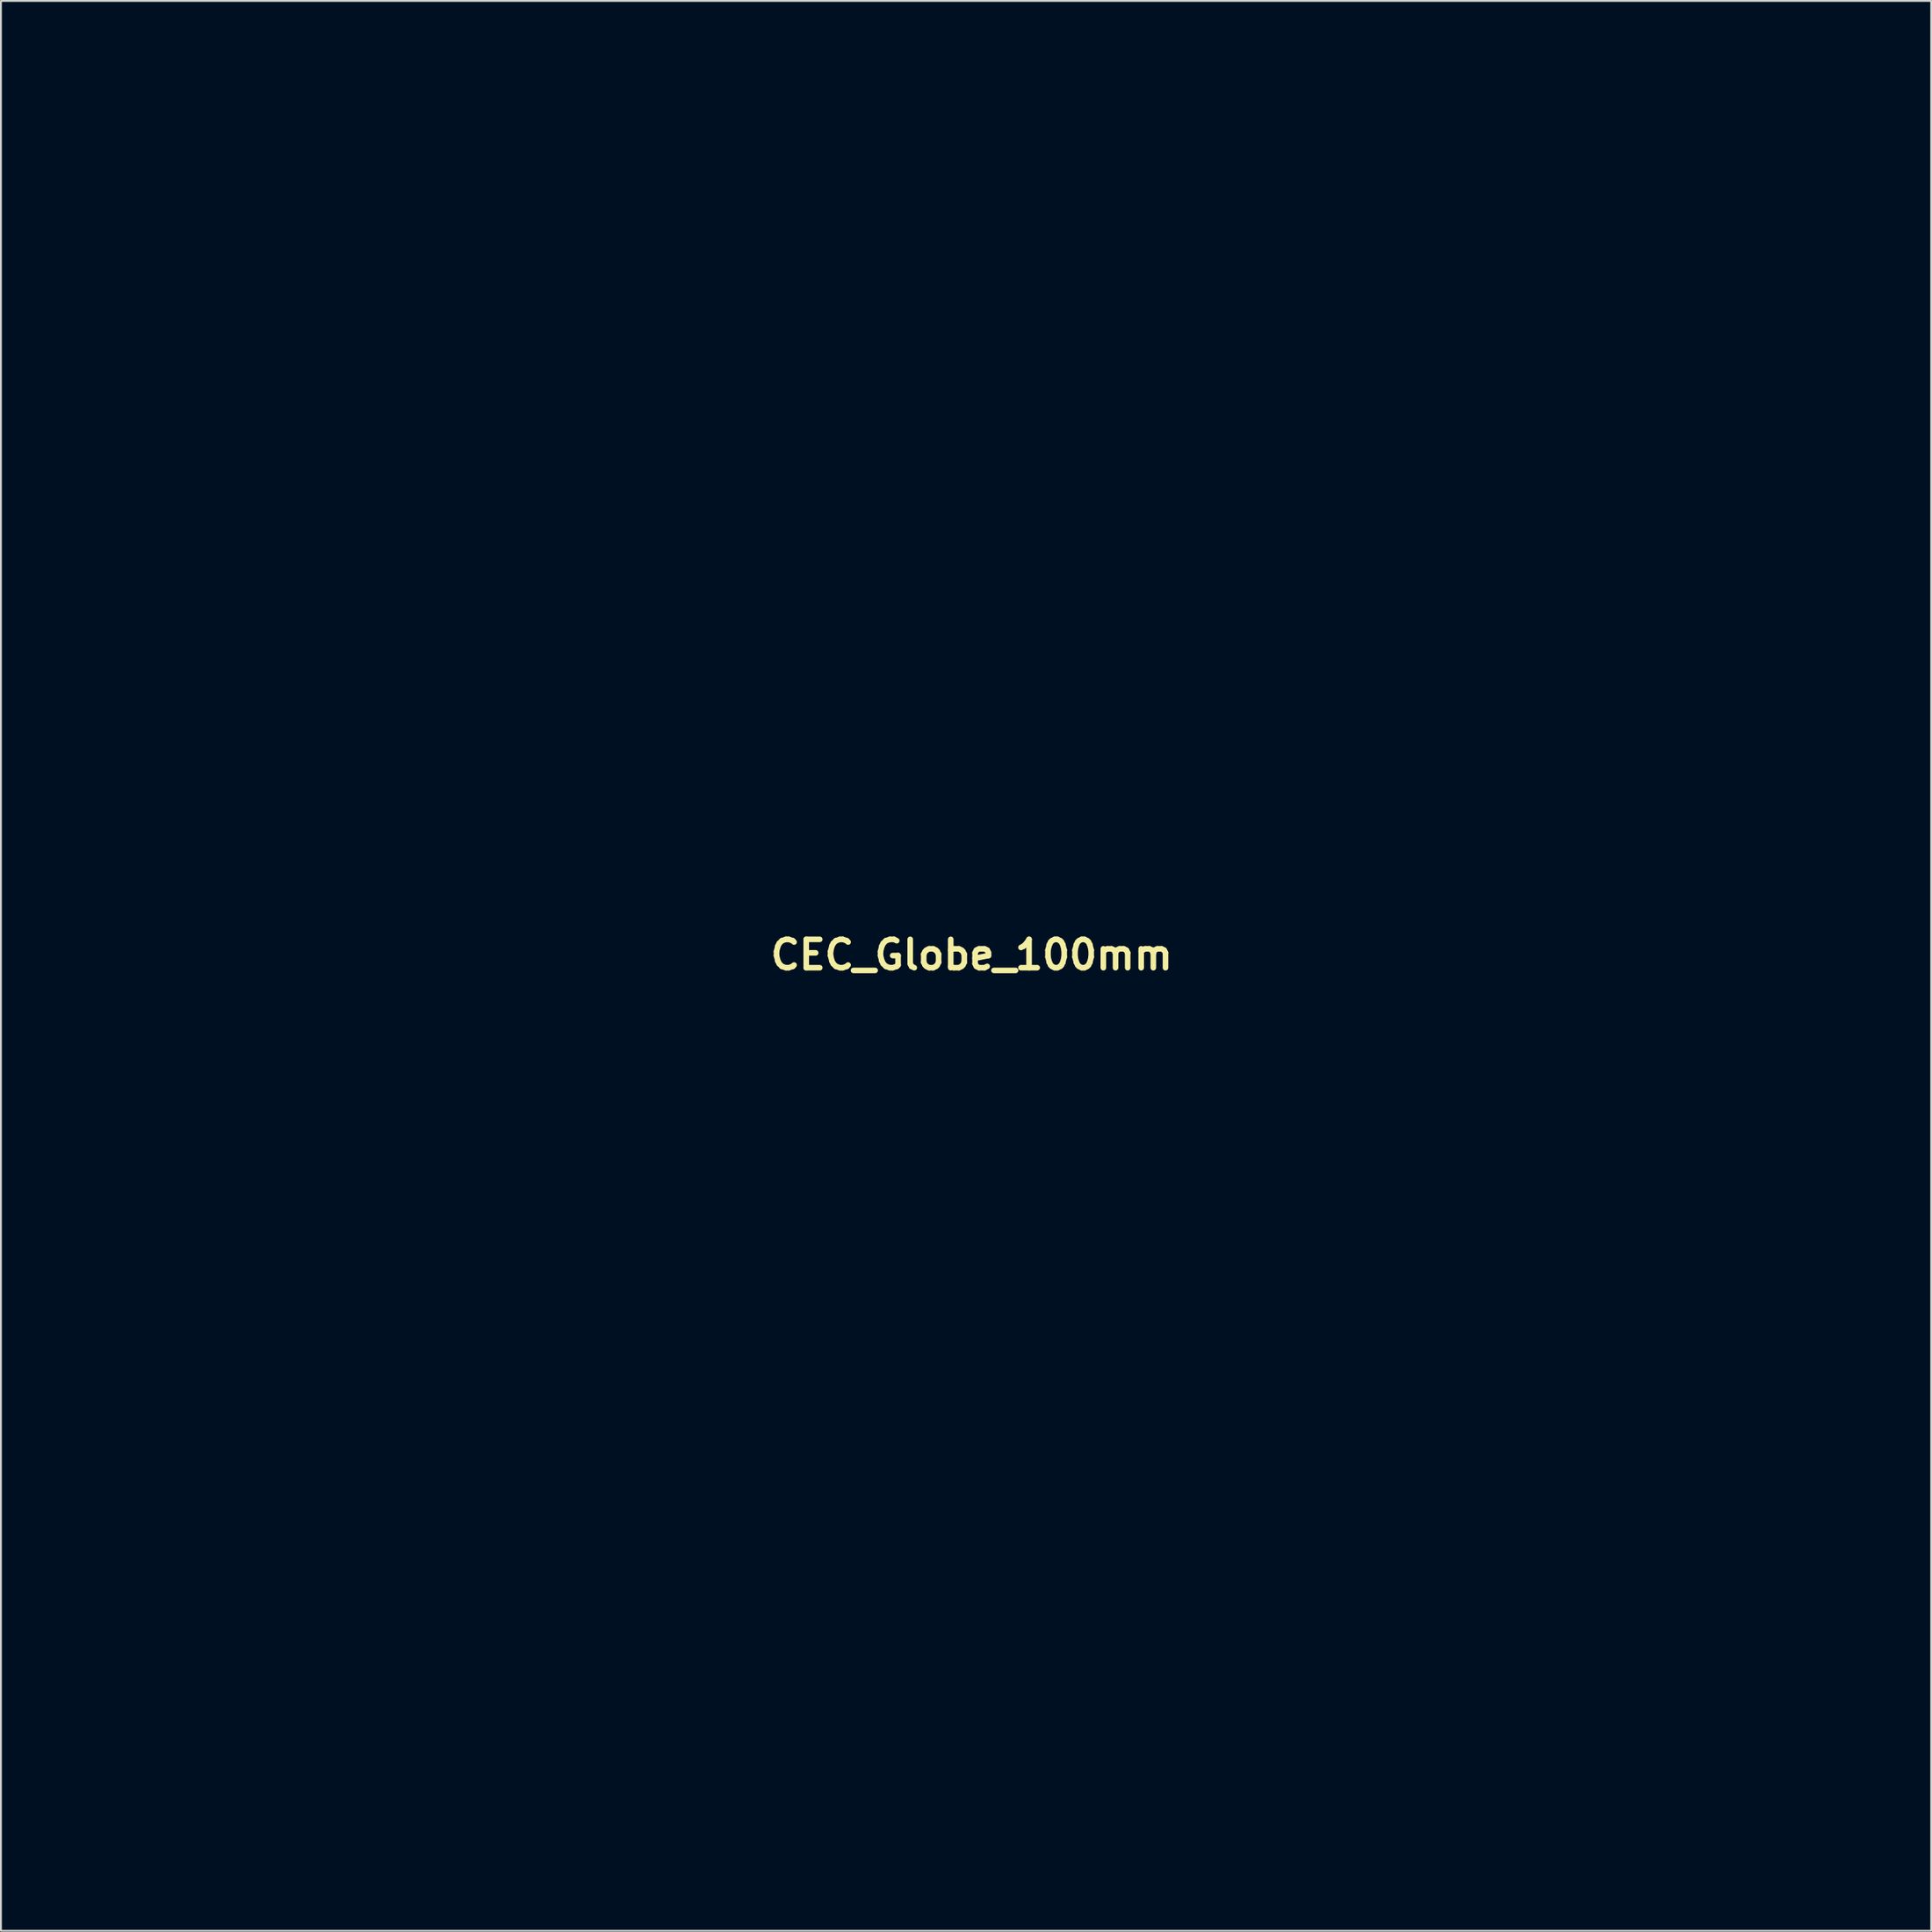
<source format=kicad_pcb>
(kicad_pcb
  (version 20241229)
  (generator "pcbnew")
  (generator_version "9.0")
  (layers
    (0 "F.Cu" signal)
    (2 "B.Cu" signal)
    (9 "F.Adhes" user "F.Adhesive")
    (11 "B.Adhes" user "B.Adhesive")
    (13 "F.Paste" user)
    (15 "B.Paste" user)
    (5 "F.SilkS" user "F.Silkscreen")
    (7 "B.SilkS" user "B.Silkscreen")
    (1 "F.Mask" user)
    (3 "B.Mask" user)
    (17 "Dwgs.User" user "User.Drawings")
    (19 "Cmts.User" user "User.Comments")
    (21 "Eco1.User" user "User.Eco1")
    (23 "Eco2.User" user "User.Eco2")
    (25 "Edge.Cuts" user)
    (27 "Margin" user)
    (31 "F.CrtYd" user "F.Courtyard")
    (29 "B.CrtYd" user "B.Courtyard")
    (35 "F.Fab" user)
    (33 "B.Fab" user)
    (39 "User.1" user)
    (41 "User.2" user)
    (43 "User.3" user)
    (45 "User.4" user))
  (footprint "CEC_Globe_100mm"
    (layer "F.Cu")
    (at 49.16 48.258)
    (property "Reference" "CEC_Globe_100mm" (at 0 0 0) (layer "F.SilkS") (effects (font (size 1.524 1.524) (thickness 0.3))))
    (attr through_hole)
    (fp_poly (pts (xy 2.173 -48.202) (xy 4.592 -48.057) (xy 6.978 -47.821) (xy 9.302 -47.494) (xy 9.562 -47.45) (xy 10.811 -47.223) (xy 11.985 -46.973) (xy 13.112 -46.692) (xy 14.216 -46.37) (xy 15.322 -45.999) (xy 16.458 -45.57) (xy 17.647 -45.074) (xy 18.916 -44.504) (xy 20.291 -43.849) (xy 20.786 -43.606) (xy 22.42 -42.783) (xy 23.912 -41.997) (xy 25.285 -41.233) (xy 26.557 -40.476) (xy 27.749 -39.712) (xy 28.882 -38.926) (xy 29.976 -38.104) (xy 31.052 -37.23) (xy 32.13 -36.292) (xy 33.231 -35.273) (xy 34.374 -34.159) (xy 35.139 -33.389) (xy 36.441 -32.028) (xy 37.616 -30.719) (xy 38.685 -29.432) (xy 39.671 -28.139) (xy 40.593 -26.809) (xy 41.475 -25.412) (xy 42.336 -23.919) (xy 43.198 -22.3) (xy 43.431 -21.842) (xy 44.577 -19.456) (xy 45.568 -17.131) (xy 46.407 -14.864) (xy 47.096 -12.65) (xy 47.634 -10.485) (xy 48.026 -8.363) (xy 48.129 -7.62) (xy 48.234 -6.767) (xy 48.32 -5.982) (xy 48.39 -5.235) (xy 48.445 -4.497) (xy 48.486 -3.738) (xy 48.516 -2.928) (xy 48.535 -2.038) (xy 48.546 -1.038) (xy 48.55 0.1) (xy 48.55 0.127) (xy 48.539 1.88) (xy 48.5 3.489) (xy 48.431 4.978) (xy 48.329 6.371) (xy 48.193 7.692) (xy 48.019 8.964) (xy 47.806 10.212) (xy 47.551 11.459) (xy 47.289 12.573) (xy 46.531 15.294) (xy 45.618 17.957) (xy 44.556 20.558) (xy 43.348 23.087) (xy 42.001 25.541) (xy 40.519 27.91) (xy 38.908 30.19) (xy 37.172 32.372) (xy 35.317 34.452) (xy 33.347 36.421) (xy 31.268 38.274) (xy 29.084 40.004) (xy 26.8 41.603) (xy 24.423 43.066) (xy 23.954 43.332) (xy 21.37 44.684) (xy 18.739 45.878) (xy 16.064 46.91) (xy 13.353 47.78) (xy 10.611 48.486) (xy 9.734 48.675) (xy 8.31 48.942) (xy 6.952 49.14) (xy 5.58 49.279) (xy 4.364 49.357) (xy 3.867 49.377) (xy 3.242 49.393) (xy 2.513 49.407) (xy 1.702 49.418) (xy 0.832 49.425) (xy -0.075 49.43) (xy -0.995 49.431) (xy -1.906 49.429) (xy -2.785 49.425) (xy -3.61 49.417) (xy -4.358 49.407) (xy -5.005 49.393) (xy -5.531 49.376) (xy -5.91 49.357) (xy -5.927 49.355) (xy -6.681 49.28) (xy -7.566 49.156) (xy -8.552 48.992) (xy -9.609 48.792) (xy -10.708 48.564) (xy -11.818 48.313) (xy -12.91 48.046) (xy -13.954 47.769) (xy -14.92 47.488) (xy -15.028 47.454) (xy -17.61 46.565) (xy -20.138 45.522) (xy -22.606 44.33) (xy -25.006 42.996) (xy -27.332 41.528) (xy -29.577 39.932) (xy -31.735 38.215) (xy -32.631 37.421) (xy -27.771 37.421) (xy -27.698 37.592) (xy -27.489 37.831) (xy -27.158 38.131) (xy -26.719 38.481) (xy -26.186 38.871) (xy -25.573 39.294) (xy -24.894 39.739) (xy -24.164 40.197) (xy -23.396 40.66) (xy -22.605 41.117) (xy -21.804 41.56) (xy -21.008 41.979) (xy -20.278 42.342) (xy -19.497 42.709) (xy -18.691 43.068) (xy -17.875 43.416) (xy -17.063 43.747) (xy -16.268 44.056) (xy -15.505 44.339) (xy -14.788 44.591) (xy -14.13 44.807) (xy -13.547 44.982) (xy -13.05 45.112) (xy -12.656 45.191) (xy -12.377 45.215) (xy -12.228 45.18) (xy -12.212 45.106) (xy -12.284 45.028) (xy -12.472 44.859) (xy -12.759 44.612) (xy -13.129 44.303) (xy -13.564 43.945) (xy -14.048 43.552) (xy -14.195 43.434) (xy -14.901 42.866) (xy -15.514 42.37) (xy -16.059 41.927) (xy -16.562 41.513) (xy -17.049 41.107) (xy -17.544 40.689) (xy -18.075 40.236) (xy -18.666 39.728) (xy -19.343 39.141) (xy -19.798 38.746) (xy -21.243 37.492) (xy -18.187 37.492) (xy -18.133 37.71) (xy -17.953 37.991) (xy -17.647 38.342) (xy -17.213 38.772) (xy -16.65 39.289) (xy -15.958 39.902) (xy -15.579 40.233) (xy -14.747 40.953) (xy -14.038 41.559) (xy -13.45 42.052) (xy -12.98 42.434) (xy -12.628 42.706) (xy -12.391 42.87) (xy -12.268 42.926) (xy -12.265 42.926) (xy -12.138 42.854) (xy -12.076 42.736) (xy -12.068 42.676) (xy -8.89 42.676) (xy -8.883 42.822) (xy -8.852 42.962) (xy -8.783 43.122) (xy -8.662 43.326) (xy -8.475 43.6) (xy -8.207 43.969) (xy -8.013 44.231) (xy -7.73 44.626) (xy -7.458 45.027) (xy -7.23 45.387) (xy -7.073 45.661) (xy -7.069 45.67) (xy -6.904 45.97) (xy -6.742 46.167) (xy -6.531 46.32) (xy -6.343 46.421) (xy -5.831 46.626) (xy -5.244 46.778) (xy -4.634 46.869) (xy -4.052 46.893) (xy -3.553 46.841) (xy -3.445 46.815) (xy -3.186 46.711) (xy -3.081 46.567) (xy -3.118 46.351) (xy -3.18 46.214) (xy -3.356 45.93) (xy -3.639 45.545) (xy -4.018 45.074) (xy -4.476 44.533) (xy -5.002 43.94) (xy -5.581 43.309) (xy -6.2 42.658) (xy -6.32 42.533) (xy -6.745 42.106) (xy -7.08 41.798) (xy -7.344 41.595) (xy -7.557 41.486) (xy -7.737 41.459) (xy -7.904 41.502) (xy -7.942 41.52) (xy -8.214 41.706) (xy -8.48 41.963) (xy -8.705 42.246) (xy -8.852 42.512) (xy -8.89 42.676) (xy -12.068 42.676) (xy -12.052 42.551) (xy -12.035 42.231) (xy -12.027 41.81) (xy -12.026 41.322) (xy -12.032 40.802) (xy -12.044 40.284) (xy -12.063 39.801) (xy -12.089 39.388) (xy -12.11 39.158) (xy -12.227 38.494) (xy -12.411 37.959) (xy -12.657 37.564) (xy -12.736 37.5) (xy -7.339 37.5) (xy -7.339 37.783) (xy -7.231 38.153) (xy -7.012 38.615) (xy -6.681 39.172) (xy -6.235 39.829) (xy -5.671 40.589) (xy -4.988 41.457) (xy -4.22 42.391) (xy -3.45 43.301) (xy -2.776 44.075) (xy -2.197 44.711) (xy -1.711 45.213) (xy -1.319 45.581) (xy -1.019 45.816) (xy -0.847 45.909) (xy -0.699 45.898) (xy -0.583 45.742) (xy -0.495 45.431) (xy -0.45 45.14) (xy -0.434 44.923) (xy -0.419 44.561) (xy -0.406 44.077) (xy -0.395 43.495) (xy -0.387 42.84) (xy -0.386 42.615) (xy 0.946 42.615) (xy 0.95 43.521) (xy 0.972 44.317) (xy 1.011 44.994) (xy 1.065 45.539) (xy 1.136 45.94) (xy 1.22 46.185) (xy 1.232 46.204) (xy 1.335 46.346) (xy 1.428 46.385) (xy 1.546 46.341) (xy 4.165 46.341) (xy 4.166 46.388) (xy 4.253 46.57) (xy 4.467 46.682) (xy 4.816 46.724) (xy 5.304 46.696) (xy 5.941 46.6) (xy 6.085 46.573) (xy 6.978 46.362) (xy 7.898 46.079) (xy 8.779 45.744) (xy 9.496 45.412) (xy 10.202 45.019) (xy 11.003 44.521) (xy 11.521 44.175) (xy 14.528 44.175) (xy 14.553 44.26) (xy 14.724 44.276) (xy 15.035 44.221) (xy 15.478 44.099) (xy 15.795 43.996) (xy 17.778 43.255) (xy 19.781 42.365) (xy 21.81 41.322) (xy 23.873 40.124) (xy 25.527 39.067) (xy 26.14 38.65) (xy 26.615 38.304) (xy 26.963 38.019) (xy 27.193 37.785) (xy 27.317 37.594) (xy 27.347 37.462) (xy 27.322 37.338) (xy 27.236 37.24) (xy 27.072 37.165) (xy 26.813 37.111) (xy 26.444 37.074) (xy 25.948 37.053) (xy 25.308 37.043) (xy 24.892 37.042) (xy 24.292 37.042) (xy 23.835 37.045) (xy 23.496 37.054) (xy 23.247 37.071) (xy 23.063 37.098) (xy 22.918 37.138) (xy 22.785 37.195) (xy 22.638 37.27) (xy 22.638 37.27) (xy 22.414 37.413) (xy 22.105 37.644) (xy 21.748 37.933) (xy 21.379 38.252) (xy 21.294 38.329) (xy 19.503 39.932) (xy 17.726 41.467) (xy 16.197 42.741) (xy 15.747 43.111) (xy 15.341 43.451) (xy 14.998 43.743) (xy 14.736 43.972) (xy 14.573 44.123) (xy 14.528 44.175) (xy 11.521 44.175) (xy 11.874 43.939) (xy 12.793 43.288) (xy 13.735 42.588) (xy 14.676 41.857) (xy 15.593 41.111) (xy 16.463 40.369) (xy 17.26 39.649) (xy 17.677 39.252) (xy 18.235 38.69) (xy 18.656 38.222) (xy 18.943 37.846) (xy 19.098 37.557) (xy 19.123 37.353) (xy 19.021 37.229) (xy 18.993 37.217) (xy 18.783 37.17) (xy 18.429 37.13) (xy 17.953 37.095) (xy 17.38 37.067) (xy 16.735 37.045) (xy 16.04 37.03) (xy 15.32 37.022) (xy 14.599 37.021) (xy 13.902 37.026) (xy 13.251 37.04) (xy 12.672 37.061) (xy 12.188 37.09) (xy 11.823 37.126) (xy 11.646 37.159) (xy 11.547 37.182) (xy 11.463 37.207) (xy 11.383 37.247) (xy 11.293 37.317) (xy 11.182 37.43) (xy 11.036 37.601) (xy 10.844 37.844) (xy 10.591 38.174) (xy 10.267 38.604) (xy 9.859 39.149) (xy 9.661 39.412) (xy 8.959 40.34) (xy 8.328 41.157) (xy 7.745 41.89) (xy 7.186 42.57) (xy 6.628 43.224) (xy 6.047 43.882) (xy 5.841 44.111) (xy 5.303 44.715) (xy 4.88 45.211) (xy 4.562 45.611) (xy 4.342 45.926) (xy 4.212 46.166) (xy 4.165 46.341) (xy 1.546 46.341) (xy 1.576 46.33) (xy 1.681 46.277) (xy 1.872 46.139) (xy 2.156 45.883) (xy 2.519 45.522) (xy 2.949 45.07) (xy 3.433 44.543) (xy 3.96 43.953) (xy 4.516 43.315) (xy 5.089 42.644) (xy 5.666 41.954) (xy 6.236 41.258) (xy 6.785 40.572) (xy 7.302 39.909) (xy 7.551 39.582) (xy 7.984 38.994) (xy 8.311 38.519) (xy 8.539 38.142) (xy 8.672 37.849) (xy 8.718 37.626) (xy 8.682 37.458) (xy 8.572 37.331) (xy 8.538 37.307) (xy 8.315 37.22) (xy 7.948 37.148) (xy 7.462 37.089) (xy 6.881 37.045) (xy 6.23 37.015) (xy 5.535 37) (xy 4.82 36.999) (xy 4.109 37.014) (xy 3.427 37.044) (xy 2.8 37.089) (xy 2.252 37.15) (xy 1.807 37.226) (xy 1.674 37.259) (xy 1.39 37.39) (xy 1.272 37.544) (xy 1.201 37.824) (xy 1.137 38.267) (xy 1.08 38.866) (xy 1.032 39.614) (xy 0.993 40.504) (xy 0.962 41.531) (xy 0.96 41.614) (xy 0.946 42.615) (xy -0.386 42.615) (xy -0.383 42.134) (xy -0.381 41.529) (xy -0.384 40.597) (xy -0.391 39.82) (xy -0.406 39.182) (xy -0.428 38.668) (xy -0.46 38.263) (xy -0.503 37.952) (xy -0.557 37.72) (xy -0.625 37.552) (xy -0.708 37.433) (xy -0.745 37.396) (xy -0.909 37.296) (xy -1.167 37.214) (xy -1.531 37.15) (xy -2.014 37.102) (xy -2.628 37.069) (xy -3.385 37.049) (xy -4.298 37.043) (xy -4.36 37.042) (xy -5.105 37.044) (xy -5.699 37.049) (xy -6.163 37.06) (xy -6.515 37.079) (xy -6.775 37.107) (xy -6.961 37.146) (xy -7.094 37.198) (xy -7.192 37.264) (xy -7.233 37.302) (xy -7.339 37.5) (xy -12.736 37.5) (xy -12.959 37.321) (xy -13.239 37.204) (xy -13.569 37.116) (xy -13.971 37.057) (xy -14.469 37.022) (xy -15.087 37.01) (xy -15.848 37.019) (xy -15.917 37.02) (xy -16.6 37.04) (xy -17.162 37.073) (xy -17.603 37.126) (xy -17.921 37.208) (xy -18.116 37.327) (xy -18.187 37.492) (xy -21.243 37.492) (xy -21.859 36.957) (xy -23.523 36.984) (xy -24.265 37.001) (xy -25 37.028) (xy -25.701 37.062) (xy -26.338 37.102) (xy -26.883 37.145) (xy -27.305 37.192) (xy -27.495 37.221) (xy -27.71 37.301) (xy -27.771 37.421) (xy -32.631 37.421) (xy -33.799 36.384) (xy -35.761 34.445) (xy -37.617 32.405) (xy -39.358 30.27) (xy -40.977 28.048) (xy -42.47 25.745) (xy -43.828 23.368) (xy -45.045 20.924) (xy -45.168 20.635) (xy -41.877 20.635) (xy -41.797 20.963) (xy -41.629 21.395) (xy -41.375 21.946) (xy -41.28 22.14) (xy -40.727 23.185) (xy -40.059 24.315) (xy -39.291 25.507) (xy -38.441 26.739) (xy -37.524 27.99) (xy -36.558 29.238) (xy -35.557 30.461) (xy -34.54 31.636) (xy -33.521 32.742) (xy -32.859 33.421) (xy -32.183 34.067) (xy -31.571 34.583) (xy -31.001 34.981) (xy -30.448 35.275) (xy -29.89 35.48) (xy -29.304 35.608) (xy -29.078 35.639) (xy -28.646 35.674) (xy -28.085 35.699) (xy -27.438 35.712) (xy -26.744 35.713) (xy -26.046 35.703) (xy -25.383 35.682) (xy -24.797 35.649) (xy -24.726 35.644) (xy -24.22 35.598) (xy -23.862 35.548) (xy -23.633 35.481) (xy -23.513 35.388) (xy -23.48 35.258) (xy -23.514 35.082) (xy -23.529 35.035) (xy -23.614 34.865) (xy -23.782 34.595) (xy -24.012 34.257) (xy -24.283 33.883) (xy -24.394 33.735) (xy -25.024 32.906) (xy -25.563 32.193) (xy -26.025 31.576) (xy -26.423 31.038) (xy -26.77 30.559) (xy -27.08 30.122) (xy -27.367 29.708) (xy -27.643 29.298) (xy -27.814 29.041) (xy -29.331 26.605) (xy -30.732 24.084) (xy -30.821 23.913) (xy -31.233 23.133) (xy -31.63 22.407) (xy -32.002 21.752) (xy -32.338 21.187) (xy -32.628 20.731) (xy -32.781 20.514) (xy -30.466 20.514) (xy -30.408 20.832) (xy -30.269 21.252) (xy -30.048 21.786) (xy -29.74 22.446) (xy -29.537 22.86) (xy -29.105 23.7) (xy -28.633 24.558) (xy -28.108 25.459) (xy -27.515 26.426) (xy -26.841 27.481) (xy -26.206 28.448) (xy -25.298 29.789) (xy -24.452 30.982) (xy -23.661 32.036) (xy -22.92 32.959) (xy -22.222 33.758) (xy -21.561 34.442) (xy -21.45 34.549) (xy -20.974 34.972) (xy -20.549 35.274) (xy -20.137 35.476) (xy -19.699 35.6) (xy -19.459 35.638) (xy -19.059 35.674) (xy -18.53 35.699) (xy -17.914 35.712) (xy -17.249 35.714) (xy -16.578 35.704) (xy -15.939 35.683) (xy -15.373 35.65) (xy -15.283 35.643) (xy -14.873 35.606) (xy -14.516 35.568) (xy -14.25 35.535) (xy -14.118 35.511) (xy -13.948 35.376) (xy -13.799 35.124) (xy -5.464 35.124) (xy -5.405 35.28) (xy -5.22 35.432) (xy -4.953 35.543) (xy -4.55 35.628) (xy -4.043 35.684) (xy -3.462 35.711) (xy -2.84 35.704) (xy -2.208 35.663) (xy -2.004 35.642) (xy -1.491 35.572) (xy -1.121 35.488) (xy -0.869 35.38) (xy -0.709 35.235) (xy -0.614 35.041) (xy -0.601 34.995) (xy -0.534 34.649) (xy -0.476 34.15) (xy -0.427 33.516) (xy -0.387 32.764) (xy -0.359 31.909) (xy -0.343 30.969) (xy -0.339 30.193) (xy -0.345 29.186) (xy -0.346 29.152) (xy 0.931 29.152) (xy 0.932 29.934) (xy 0.942 30.732) (xy 0.959 31.525) (xy 0.984 32.29) (xy 1.015 33.003) (xy 1.052 33.644) (xy 1.094 34.188) (xy 1.142 34.613) (xy 1.194 34.896) (xy 1.206 34.937) (xy 1.281 35.106) (xy 1.397 35.25) (xy 1.567 35.37) (xy 1.802 35.468) (xy 2.115 35.546) (xy 2.519 35.606) (xy 3.028 35.649) (xy 3.652 35.677) (xy 4.406 35.693) (xy 5.301 35.697) (xy 6.35 35.692) (xy 6.562 35.691) (xy 7.352 35.682) (xy 7.992 35.671) (xy 8.501 35.658) (xy 8.899 35.641) (xy 9.203 35.618) (xy 9.435 35.59) (xy 9.612 35.555) (xy 9.702 35.529) (xy 9.91 35.451) (xy 10.108 35.346) (xy 10.137 35.324) (xy 12.912 35.324) (xy 12.99 35.444) (xy 13.044 35.478) (xy 13.212 35.523) (xy 13.527 35.565) (xy 13.966 35.603) (xy 14.505 35.637) (xy 15.123 35.665) (xy 15.797 35.688) (xy 16.503 35.706) (xy 17.22 35.717) (xy 17.924 35.72) (xy 18.592 35.717) (xy 19.203 35.706) (xy 19.733 35.686) (xy 20.159 35.657) (xy 20.32 35.64) (xy 20.804 35.556) (xy 21.218 35.425) (xy 21.459 35.299) (xy 24.553 35.299) (xy 24.553 35.299) (xy 24.636 35.425) (xy 24.881 35.528) (xy 25.282 35.607) (xy 25.833 35.662) (xy 26.529 35.691) (xy 27.363 35.694) (xy 27.644 35.69) (xy 28.22 35.676) (xy 28.662 35.654) (xy 29.004 35.623) (xy 29.282 35.578) (xy 29.531 35.516) (xy 29.633 35.484) (xy 30.019 35.313) (xy 30.487 35.031) (xy 31.014 34.658) (xy 31.575 34.215) (xy 32.145 33.72) (xy 32.699 33.194) (xy 33.213 32.656) (xy 33.373 32.476) (xy 33.696 32.087) (xy 33.903 31.792) (xy 34.004 31.57) (xy 34.007 31.4) (xy 33.922 31.261) (xy 33.916 31.256) (xy 33.839 31.201) (xy 33.721 31.163) (xy 33.532 31.141) (xy 33.247 31.132) (xy 32.837 31.134) (xy 32.515 31.139) (xy 31.255 31.163) (xy 31.158 30.673) (xy 30.986 29.884) (xy 30.806 29.209) (xy 30.624 28.66) (xy 30.443 28.247) (xy 30.266 27.981) (xy 30.099 27.874) (xy 30.097 27.873) (xy 29.948 27.905) (xy 29.755 28.045) (xy 29.508 28.302) (xy 29.201 28.685) (xy 28.824 29.202) (xy 28.613 29.506) (xy 28.344 29.889) (xy 27.999 30.366) (xy 27.607 30.9) (xy 27.196 31.453) (xy 26.793 31.985) (xy 26.714 32.089) (xy 26.113 32.879) (xy 25.617 33.548) (xy 25.222 34.101) (xy 24.923 34.546) (xy 24.714 34.889) (xy 24.593 35.138) (xy 24.553 35.299) (xy 21.459 35.299) (xy 21.603 35.223) (xy 21.999 34.93) (xy 22.447 34.524) (xy 22.508 34.465) (xy 22.996 33.961) (xy 23.553 33.335) (xy 24.16 32.614) (xy 24.801 31.82) (xy 25.455 30.978) (xy 26.104 30.113) (xy 26.73 29.248) (xy 27.315 28.408) (xy 27.84 27.617) (xy 28.287 26.899) (xy 28.347 26.797) (xy 28.7 26.122) (xy 28.951 25.484) (xy 29.095 24.901) (xy 29.128 24.394) (xy 29.046 23.981) (xy 29.006 23.893) (xy 28.882 23.716) (xy 28.678 23.48) (xy 28.463 23.261) (xy 28.222 23.005) (xy 28.039 22.738) (xy 27.904 22.428) (xy 27.804 22.04) (xy 27.728 21.542) (xy 27.676 21.043) (xy 27.639 20.648) (xy 27.605 20.32) (xy 27.579 20.094) (xy 27.563 20.001) (xy 27.563 20.001) (xy 27.468 19.986) (xy 27.226 19.97) (xy 26.859 19.953) (xy 26.389 19.938) (xy 25.838 19.923) (xy 25.229 19.909) (xy 24.584 19.896) (xy 23.925 19.885) (xy 23.274 19.877) (xy 22.654 19.871) (xy 22.086 19.868) (xy 21.593 19.869) (xy 21.197 19.873) (xy 20.92 19.882) (xy 20.893 19.884) (xy 20.44 19.913) (xy 20.123 19.944) (xy 19.908 19.981) (xy 19.761 20.033) (xy 19.649 20.107) (xy 19.594 20.155) (xy 19.409 20.372) (xy 19.215 20.692) (xy 19.005 21.129) (xy 18.771 21.701) (xy 18.506 22.421) (xy 18.501 22.437) (xy 18.355 22.843) (xy 18.206 23.242) (xy 18.049 23.649) (xy 17.877 24.074) (xy 17.685 24.532) (xy 17.467 25.034) (xy 17.217 25.595) (xy 16.929 26.226) (xy 16.599 26.94) (xy 16.219 27.75) (xy 15.785 28.67) (xy 15.29 29.711) (xy 14.73 30.887) (xy 14.499 31.369) (xy 14.031 32.362) (xy 13.644 33.215) (xy 13.337 33.927) (xy 13.113 34.495) (xy 12.971 34.918) (xy 12.924 35.114) (xy 12.912 35.324) (xy 10.137 35.324) (xy 10.303 35.202) (xy 10.502 35.01) (xy 10.713 34.757) (xy 10.944 34.432) (xy 11.2 34.024) (xy 11.491 33.522) (xy 11.822 32.915) (xy 12.202 32.191) (xy 12.637 31.34) (xy 13.136 30.35) (xy 13.282 30.057) (xy 14.014 28.575) (xy 14.661 27.231) (xy 15.225 26.019) (xy 15.71 24.933) (xy 16.117 23.965) (xy 16.449 23.11) (xy 16.71 22.361) (xy 16.901 21.711) (xy 17.026 21.158) (xy 17.085 20.727) (xy 17.074 20.425) (xy 16.986 20.225) (xy 16.814 20.098) (xy 16.743 20.069) (xy 16.525 20.012) (xy 16.208 19.963) (xy 15.785 19.921) (xy 15.246 19.887) (xy 14.581 19.86) (xy 13.783 19.84) (xy 12.842 19.826) (xy 11.749 19.818) (xy 10.583 19.815) (xy 9.211 19.819) (xy 7.993 19.83) (xy 6.931 19.85) (xy 6.027 19.876) (xy 5.285 19.911) (xy 4.705 19.953) (xy 4.289 20.002) (xy 4.041 20.059) (xy 4.036 20.06) (xy 3.912 20.135) (xy 3.812 20.275) (xy 3.716 20.519) (xy 3.642 20.761) (xy 3.378 21.641) (xy 3.13 22.379) (xy 2.887 23) (xy 2.637 23.529) (xy 2.369 23.99) (xy 2.071 24.41) (xy 1.812 24.721) (xy 1.522 25.069) (xy 1.319 25.368) (xy 1.184 25.669) (xy 1.096 26.023) (xy 1.033 26.479) (xy 1.016 26.652) (xy 0.98 27.138) (xy 0.954 27.732) (xy 0.938 28.411) (xy 0.931 29.152) (xy -0.346 29.152) (xy -0.362 28.338) (xy -0.393 27.637) (xy -0.438 27.073) (xy -0.499 26.634) (xy -0.577 26.311) (xy -0.674 26.091) (xy -0.792 25.965) (xy -0.9 25.925) (xy -1.046 25.971) (xy -1.179 26.161) (xy -1.301 26.5) (xy -1.415 26.996) (xy -1.481 27.372) (xy -1.551 27.806) (xy -1.625 28.259) (xy -1.688 28.649) (xy -1.701 28.726) (xy -1.796 29.164) (xy -1.943 29.57) (xy -2.158 29.974) (xy -2.459 30.406) (xy -2.863 30.893) (xy -3.207 31.273) (xy -3.718 31.852) (xy -4.126 32.374) (xy -4.424 32.828) (xy -4.604 33.2) (xy -4.657 33.455) (xy -4.739 33.938) (xy -4.969 34.409) (xy -5.181 34.679) (xy -5.39 34.935) (xy -5.464 35.124) (xy -13.799 35.124) (xy -13.782 35.096) (xy -13.629 34.695) (xy -13.496 34.195) (xy -13.39 33.621) (xy -13.329 33.103) (xy -13.311 32.769) (xy -13.324 32.449) (xy -13.375 32.121) (xy -13.472 31.758) (xy -13.622 31.337) (xy -13.833 30.832) (xy -14.111 30.22) (xy -14.342 29.732) (xy -14.725 28.918) (xy -15.116 28.063) (xy -15.509 27.185) (xy -15.894 26.303) (xy -16.265 25.436) (xy -16.613 24.602) (xy -16.931 23.821) (xy -17.212 23.11) (xy -17.447 22.488) (xy -17.628 21.974) (xy -17.749 21.586) (xy -17.78 21.461) (xy -17.886 21.117) (xy -17.947 20.976) (xy -16.19 20.976) (xy -16.177 21.098) (xy -16.123 21.292) (xy -16.022 21.583) (xy -15.868 21.994) (xy -15.763 22.27) (xy -15.438 23.107) (xy -15.107 23.944) (xy -14.776 24.766) (xy -14.452 25.555) (xy -14.143 26.295) (xy -13.855 26.971) (xy -13.594 27.566) (xy -13.369 28.064) (xy -13.186 28.448) (xy -13.051 28.702) (xy -12.987 28.797) (xy -12.838 28.931) (xy -12.72 28.925) (xy -12.586 28.801) (xy -12.424 28.513) (xy -12.332 28.084) (xy -12.31 27.511) (xy -12.357 26.789) (xy -12.475 25.918) (xy -12.542 25.527) (xy -12.736 24.531) (xy -12.939 23.69) (xy -13.159 22.989) (xy -13.406 22.412) (xy -13.687 21.945) (xy -14.012 21.573) (xy -14.388 21.281) (xy -14.825 21.055) (xy -15.224 20.911) (xy -15.563 20.81) (xy -15.784 20.76) (xy -15.93 20.758) (xy -16.043 20.801) (xy -16.118 20.852) (xy -16.168 20.902) (xy -16.19 20.976) (xy -17.947 20.976) (xy -18.037 20.768) (xy -18.09 20.671) (xy -18.267 20.426) (xy -18.49 20.239) (xy -18.786 20.102) (xy -19.183 20.002) (xy -19.708 19.928) (xy -20.036 19.898) (xy -20.507 19.868) (xy -21.094 19.845) (xy -21.778 19.829) (xy -22.538 19.819) (xy -23.354 19.815) (xy -24.206 19.817) (xy -25.073 19.825) (xy -25.936 19.838) (xy -26.775 19.855) (xy -27.569 19.877) (xy -28.297 19.904) (xy -28.941 19.934) (xy -29.479 19.968) (xy -29.891 20.006) (xy -30.158 20.046) (xy -30.187 20.053) (xy -30.353 20.136) (xy -30.447 20.286) (xy -30.466 20.514) (xy -32.781 20.514) (xy -32.861 20.4) (xy -32.948 20.293) (xy -33.232 19.969) (xy -34.459 19.883) (xy -34.889 19.86) (xy -35.422 19.844) (xy -36.035 19.833) (xy -36.704 19.828) (xy -37.406 19.829) (xy -38.116 19.834) (xy -38.812 19.845) (xy -39.47 19.86) (xy -40.067 19.878) (xy -40.578 19.901) (xy -40.98 19.927) (xy -41.25 19.956) (xy -41.336 19.974) (xy -41.599 20.078) (xy -41.777 20.21) (xy -41.87 20.39) (xy -41.877 20.635) (xy -45.168 20.635) (xy -46.114 18.419) (xy -47.029 15.86) (xy -47.289 15.028) (xy -47.854 12.923) (xy -48.319 10.699) (xy -48.682 8.374) (xy -48.944 5.967) (xy -49.102 3.496) (xy -49.102 3.492) (xy -46.507 3.492) (xy -46.47 4.255) (xy -46.394 5.113) (xy -46.283 6.048) (xy -46.141 7.044) (xy -45.97 8.084) (xy -45.774 9.151) (xy -45.556 10.229) (xy -45.32 11.3) (xy -45.068 12.348) (xy -44.805 13.356) (xy -44.533 14.307) (xy -44.256 15.185) (xy -43.976 15.972) (xy -43.698 16.653) (xy -43.424 17.21) (xy -43.327 17.378) (xy -43.154 17.628) (xy -42.978 17.777) (xy -42.731 17.877) (xy -42.644 17.903) (xy -42.301 17.979) (xy -41.831 18.054) (xy -41.272 18.124) (xy -40.667 18.183) (xy -40.055 18.227) (xy -39.878 18.236) (xy -39.452 18.248) (xy -38.912 18.25) (xy -38.297 18.243) (xy -37.647 18.229) (xy -37 18.209) (xy -36.396 18.183) (xy -35.874 18.153) (xy -35.472 18.12) (xy -35.4 18.112) (xy -35.027 18.056) (xy -34.683 17.987) (xy -34.429 17.916) (xy -34.393 17.902) (xy -34.097 17.779) (xy -34.15 17.27) (xy -34.202 16.914) (xy -34.295 16.448) (xy -34.433 15.861) (xy -34.619 15.142) (xy -34.854 14.279) (xy -34.972 13.861) (xy -35.302 12.608) (xy -35.625 11.227) (xy -35.933 9.757) (xy -36.217 8.239) (xy -36.469 6.714) (xy -36.683 5.222) (xy -36.701 5.08) (xy -36.832 4.12) (xy -36.958 3.325) (xy -37.037 2.921) (xy -35.391 2.921) (xy -35.359 3.75) (xy -35.265 4.719) (xy -35.114 5.809) (xy -34.909 7.004) (xy -34.654 8.287) (xy -34.351 9.64) (xy -34.006 11.046) (xy -33.621 12.488) (xy -33.2 13.949) (xy -32.748 15.411) (xy -32.721 15.495) (xy -32.533 16.057) (xy -32.371 16.488) (xy -32.218 16.822) (xy -32.059 17.093) (xy -31.876 17.334) (xy -31.783 17.44) (xy -31.403 17.756) (xy -30.911 17.979) (xy -30.298 18.116) (xy -30.086 18.134) (xy -29.725 18.15) (xy -29.237 18.162) (xy -28.643 18.173) (xy -27.964 18.18) (xy -27.222 18.186) (xy -26.437 18.188) (xy -25.63 18.188) (xy -24.823 18.186) (xy -24.037 18.181) (xy -23.292 18.173) (xy -22.611 18.163) (xy -22.013 18.151) (xy -21.521 18.135) (xy -21.181 18.119) (xy -20.704 18.087) (xy -20.263 18.053) (xy -19.898 18.021) (xy -19.646 17.993) (xy -19.582 17.983) (xy -19.281 17.926) (xy -19.334 17.239) (xy -19.364 16.954) (xy -19.422 16.533) (xy -19.502 15.996) (xy -19.603 15.36) (xy -19.721 14.644) (xy -19.852 13.865) (xy -19.993 13.042) (xy -20.142 12.193) (xy -20.294 11.337) (xy -20.447 10.491) (xy -20.597 9.674) (xy -20.69 9.179) (xy -19.135 9.179) (xy -19.097 9.568) (xy -18.996 9.995) (xy -18.851 10.408) (xy -18.679 10.756) (xy -18.499 10.986) (xy -18.192 11.15) (xy -17.855 11.159) (xy -17.522 11.013) (xy -17.444 10.953) (xy -17.185 10.662) (xy -16.951 10.27) (xy -16.777 9.845) (xy -16.715 9.587) (xy -16.727 9.195) (xy -16.89 8.862) (xy -17.192 8.599) (xy -17.623 8.414) (xy -18.171 8.318) (xy -18.173 8.317) (xy -18.471 8.301) (xy -18.66 8.319) (xy -18.797 8.387) (xy -18.916 8.494) (xy -19.05 8.659) (xy -19.115 8.85) (xy -19.134 9.133) (xy -19.135 9.179) (xy -20.69 9.179) (xy -20.742 8.903) (xy -20.877 8.198) (xy -21 7.576) (xy -21.107 7.056) (xy -21.195 6.655) (xy -21.26 6.392) (xy -21.288 6.308) (xy -21.52 5.964) (xy -21.887 5.719) (xy -22.294 5.591) (xy -22.978 5.378) (xy -23.608 5.029) (xy -24.202 4.537) (xy -24.575 4.201) (xy -24.939 3.937) (xy -25.333 3.725) (xy -25.8 3.543) (xy -26.38 3.37) (xy -26.604 3.312) (xy -27.673 2.982) (xy -28.657 2.553) (xy -29.468 2.094) (xy -19.812 2.094) (xy -19.777 2.265) (xy -19.684 2.542) (xy -19.55 2.876) (xy -19.473 3.048) (xy -19.271 3.532) (xy -19.088 4.049) (xy -18.94 4.553) (xy -18.838 4.999) (xy -18.796 5.343) (xy -18.796 5.369) (xy -18.759 5.731) (xy -18.663 6.055) (xy -18.526 6.288) (xy -18.439 6.36) (xy -18.23 6.411) (xy -17.898 6.424) (xy -17.483 6.403) (xy -17.028 6.354) (xy -16.572 6.282) (xy -16.157 6.191) (xy -15.823 6.087) (xy -15.698 6.03) (xy -15.566 5.931) (xy -15.354 5.741) (xy -15.1 5.495) (xy -14.983 5.376) (xy -14.724 5.118) (xy -14.494 4.901) (xy -14.328 4.76) (xy -14.283 4.73) (xy -14.172 4.708) (xy -13.993 4.743) (xy -13.721 4.844) (xy -13.328 5.018) (xy -13.309 5.027) (xy -12.499 5.372) (xy -11.639 5.672) (xy -10.676 5.948) (xy -10.446 6.006) (xy -9.602 6.244) (xy -8.728 6.539) (xy -7.843 6.881) (xy -6.966 7.259) (xy -6.115 7.664) (xy -5.31 8.086) (xy -4.569 8.516) (xy -3.911 8.942) (xy -3.354 9.355) (xy -2.917 9.745) (xy -2.619 10.103) (xy -2.559 10.202) (xy -2.476 10.425) (xy -2.403 10.739) (xy -2.364 10.994) (xy -2.263 11.484) (xy -2.074 11.838) (xy -1.79 12.074) (xy -1.77 12.085) (xy -1.488 12.173) (xy -1.185 12.183) (xy -1.052 12.15) (xy 0.925 12.15) (xy 1.796 12.838) (xy 2.506 13.382) (xy 3.106 13.802) (xy 3.598 14.101) (xy 3.985 14.279) (xy 4.1 14.314) (xy 4.606 14.457) (xy 4.968 14.6) (xy 5.213 14.764) (xy 5.366 14.972) (xy 5.45 15.244) (xy 5.483 15.483) (xy 5.486 15.792) (xy 5.43 16.151) (xy 5.309 16.608) (xy 5.291 16.667) (xy 5.162 17.13) (xy 5.112 17.475) (xy 5.157 17.721) (xy 5.312 17.889) (xy 5.593 18.001) (xy 6.017 18.076) (xy 6.404 18.118) (xy 6.684 18.135) (xy 7.112 18.149) (xy 7.667 18.158) (xy 8.328 18.164) (xy 9.073 18.167) (xy 9.882 18.167) (xy 10.734 18.164) (xy 11.607 18.158) (xy 12.48 18.15) (xy 13.332 18.139) (xy 14.142 18.126) (xy 14.889 18.111) (xy 15.551 18.094) (xy 16.108 18.075) (xy 16.538 18.055) (xy 16.806 18.034) (xy 17.301 17.979) (xy 17.658 17.92) (xy 17.908 17.838) (xy 17.935 17.818) (xy 20.278 17.818) (xy 20.599 17.925) (xy 20.83 17.982) (xy 21.17 18.041) (xy 21.558 18.091) (xy 21.699 18.106) (xy 22.1 18.135) (xy 22.623 18.157) (xy 23.236 18.174) (xy 23.907 18.185) (xy 24.605 18.189) (xy 25.298 18.188) (xy 25.954 18.181) (xy 26.542 18.167) (xy 27.029 18.147) (xy 27.386 18.121) (xy 27.434 18.116) (xy 27.948 18.026) (xy 28.307 17.899) (xy 28.523 17.728) (xy 28.602 17.539) (xy 28.585 17.371) (xy 28.515 17.106) (xy 28.407 16.803) (xy 28.283 16.426) (xy 28.175 15.979) (xy 28.109 15.579) (xy 28.05 15.166) (xy 27.991 14.944) (xy 42.104 14.944) (xy 42.124 15.178) (xy 42.212 15.548) (xy 42.347 15.916) (xy 42.505 16.23) (xy 42.664 16.44) (xy 42.7 16.47) (xy 42.84 16.53) (xy 42.971 16.495) (xy 43.107 16.346) (xy 43.263 16.07) (xy 43.453 15.648) (xy 43.477 15.591) (xy 43.633 15.188) (xy 43.805 14.687) (xy 43.981 14.131) (xy 44.15 13.559) (xy 44.3 13.014) (xy 44.418 12.536) (xy 44.491 12.167) (xy 44.501 12.105) (xy 44.524 11.842) (xy 44.501 11.713) (xy 44.445 11.684) (xy 44.308 11.751) (xy 44.097 11.934) (xy 43.833 12.209) (xy 43.537 12.55) (xy 43.227 12.934) (xy 42.925 13.335) (xy 42.65 13.729) (xy 42.423 14.09) (xy 42.271 14.374) (xy 42.146 14.689) (xy 42.104 14.944) (xy 27.991 14.944) (xy 27.963 14.835) (xy 27.825 14.542) (xy 27.615 14.244) (xy 27.31 13.897) (xy 27.137 13.716) (xy 26.732 13.271) (xy 26.448 12.89) (xy 26.269 12.541) (xy 26.175 12.191) (xy 26.151 11.858) (xy 26.191 11.429) (xy 26.329 11.033) (xy 26.584 10.625) (xy 26.773 10.388) (xy 26.924 10.184) (xy 26.96 10.046) (xy 26.866 9.961) (xy 26.631 9.919) (xy 26.244 9.907) (xy 25.743 9.876) (xy 25.266 9.791) (xy 24.865 9.665) (xy 24.624 9.536) (xy 24.287 9.291) (xy 24.052 9.128) (xy 23.881 9.032) (xy 23.737 8.987) (xy 23.581 8.977) (xy 23.378 8.988) (xy 23.313 8.992) (xy 22.743 9.106) (xy 22.246 9.366) (xy 21.844 9.761) (xy 21.731 9.925) (xy 21.592 10.189) (xy 21.497 10.481) (xy 21.43 10.858) (xy 21.405 11.066) (xy 21.379 11.288) (xy 21.344 11.531) (xy 21.299 11.81) (xy 21.239 12.144) (xy 21.16 12.551) (xy 21.061 13.047) (xy 20.937 13.65) (xy 20.784 14.378) (xy 20.601 15.248) (xy 20.533 15.569) (xy 20.442 16.038) (xy 20.367 16.515) (xy 20.314 16.938) (xy 20.294 17.218) (xy 20.278 17.818) (xy 17.935 17.818) (xy 18.08 17.712) (xy 18.207 17.525) (xy 18.317 17.255) (xy 18.398 17.017) (xy 18.593 16.399) (xy 18.793 15.705) (xy 18.99 14.964) (xy 19.179 14.203) (xy 19.355 13.447) (xy 19.51 12.725) (xy 19.64 12.062) (xy 19.737 11.486) (xy 19.796 11.023) (xy 19.812 10.75) (xy 19.79 10.352) (xy 19.711 10.058) (xy 19.552 9.852) (xy 19.29 9.713) (xy 18.902 9.623) (xy 18.404 9.566) (xy 17.957 9.517) (xy 17.628 9.449) (xy 17.369 9.351) (xy 17.246 9.285) (xy 16.976 9.091) (xy 16.624 8.783) (xy 16.208 8.382) (xy 15.748 7.911) (xy 15.263 7.39) (xy 14.773 6.842) (xy 14.295 6.287) (xy 13.85 5.748) (xy 13.457 5.246) (xy 13.164 4.842) (xy 44.368 4.842) (xy 44.45 5.019) (xy 44.593 5.162) (xy 44.828 5.295) (xy 45.006 5.29) (xy 45.103 5.148) (xy 45.111 5.108) (xy 45.062 4.92) (xy 44.894 4.759) (xy 44.658 4.666) (xy 44.558 4.657) (xy 44.404 4.709) (xy 44.368 4.842) (xy 13.164 4.842) (xy 13.134 4.801) (xy 12.901 4.437) (xy 12.857 4.356) (xy 12.691 3.989) (xy 12.642 3.709) (xy 12.72 3.473) (xy 12.931 3.237) (xy 13.096 3.101) (xy 13.473 2.765) (xy 13.701 2.453) (xy 13.796 2.142) (xy 13.8 2.055) (xy 13.789 1.915) (xy 13.78 1.888) (xy 42.057 1.888) (xy 42.061 1.951) (xy 42.155 2.284) (xy 42.352 2.677) (xy 42.626 3.08) (xy 42.772 3.257) (xy 42.994 3.487) (xy 43.164 3.602) (xy 43.322 3.626) (xy 43.339 3.624) (xy 43.526 3.549) (xy 43.588 3.405) (xy 43.552 3.164) (xy 43.4 2.854) (xy 43.152 2.506) (xy 42.829 2.152) (xy 42.761 2.087) (xy 42.465 1.842) (xy 42.243 1.726) (xy 42.104 1.741) (xy 42.057 1.888) (xy 13.78 1.888) (xy 13.748 1.794) (xy 13.665 1.691) (xy 13.528 1.605) (xy 13.327 1.534) (xy 13.049 1.476) (xy 12.683 1.431) (xy 12.218 1.397) (xy 11.641 1.372) (xy 10.942 1.355) (xy 10.108 1.345) (xy 9.128 1.34) (xy 7.991 1.338) (xy 7.959 1.338) (xy 6.674 1.341) (xy 5.551 1.35) (xy 4.582 1.366) (xy 3.758 1.388) (xy 3.073 1.418) (xy 2.518 1.454) (xy 2.086 1.499) (xy 1.768 1.551) (xy 1.573 1.606) (xy 1.464 1.66) (xy 1.37 1.741) (xy 1.289 1.862) (xy 1.22 2.033) (xy 1.163 2.267) (xy 1.116 2.577) (xy 1.077 2.973) (xy 1.046 3.468) (xy 1.021 4.074) (xy 1.002 4.803) (xy 0.987 5.667) (xy 0.974 6.678) (xy 0.964 7.705) (xy 0.925 12.15) (xy -1.052 12.15) (xy -0.929 12.118) (xy -0.825 12.044) (xy -0.75 11.928) (xy -0.685 11.753) (xy -0.629 11.503) (xy -0.581 11.166) (xy -0.539 10.725) (xy -0.502 10.169) (xy -0.468 9.481) (xy -0.436 8.649) (xy -0.414 7.946) (xy -0.388 6.904) (xy -0.376 5.921) (xy -0.376 5.011) (xy -0.389 4.19) (xy -0.415 3.472) (xy -0.451 2.873) (xy -0.5 2.407) (xy -0.558 2.09) (xy -0.582 2.015) (xy -0.656 1.87) (xy -0.766 1.746) (xy -0.925 1.643) (xy -1.147 1.558) (xy -1.444 1.489) (xy -1.829 1.436) (xy -2.315 1.396) (xy -2.917 1.367) (xy -3.645 1.348) (xy -4.515 1.337) (xy -5.538 1.333) (xy -5.757 1.332) (xy -6.728 1.333) (xy -7.546 1.337) (xy -8.226 1.348) (xy -8.784 1.366) (xy -9.237 1.393) (xy -9.599 1.433) (xy -9.888 1.485) (xy -10.118 1.553) (xy -10.306 1.639) (xy -10.468 1.743) (xy -10.619 1.868) (xy -10.668 1.914) (xy -10.929 2.133) (xy -11.193 2.318) (xy -11.352 2.404) (xy -11.684 2.513) (xy -12.137 2.622) (xy -12.662 2.721) (xy -13.211 2.8) (xy -13.591 2.84) (xy -14.063 2.858) (xy -14.437 2.809) (xy -14.764 2.672) (xy -15.096 2.429) (xy -15.375 2.169) (xy -15.716 1.853) (xy -16.017 1.636) (xy -16.325 1.496) (xy -16.689 1.416) (xy -17.156 1.376) (xy -17.357 1.368) (xy -18.097 1.368) (xy -18.717 1.424) (xy -19.207 1.533) (xy -19.558 1.692) (xy -19.762 1.899) (xy -19.812 2.094) (xy -29.468 2.094) (xy -29.491 2.081) (xy -29.941 1.817) (xy -30.339 1.629) (xy -30.737 1.502) (xy -31.192 1.418) (xy -31.756 1.359) (xy -31.814 1.355) (xy -32.315 1.33) (xy -32.867 1.327) (xy -33.429 1.343) (xy -33.963 1.375) (xy -34.43 1.423) (xy -34.789 1.483) (xy -34.934 1.523) (xy -35.12 1.619) (xy -35.249 1.771) (xy -35.331 2.005) (xy -35.376 2.349) (xy -35.39 2.83) (xy -35.391 2.921) (xy -37.037 2.921) (xy -37.081 2.692) (xy -37.201 2.217) (xy -37.318 1.896) (xy -37.428 1.731) (xy -37.594 1.638) (xy -37.866 1.542) (xy -38.164 1.468) (xy -38.53 1.415) (xy -39.033 1.37) (xy -39.64 1.334) (xy -40.321 1.308) (xy -41.043 1.293) (xy -41.773 1.288) (xy -42.479 1.296) (xy -43.13 1.315) (xy -43.678 1.347) (xy -44.458 1.415) (xy -45.083 1.485) (xy -45.567 1.562) (xy -45.924 1.648) (xy -46.168 1.746) (xy -46.313 1.86) (xy -46.357 1.934) (xy -46.454 2.314) (xy -46.503 2.839) (xy -46.507 3.492) (xy -49.102 3.492) (xy -49.155 0.981) (xy -49.103 -1.562) (xy -49.08 -1.931) (xy -46.599 -1.931) (xy -46.586 -1.372) (xy -46.505 -0.937) (xy -46.343 -0.609) (xy -46.081 -0.37) (xy -45.707 -0.205) (xy -45.202 -0.095) (xy -44.553 -0.024) (xy -44.154 0.004) (xy -43.679 0.024) (xy -43.096 0.036) (xy -42.437 0.04) (xy -41.731 0.037) (xy -41.012 0.027) (xy -40.311 0.011) (xy -39.658 -0.01) (xy -39.086 -0.037) (xy -38.626 -0.068) (xy -38.356 -0.097) (xy -37.895 -0.176) (xy -37.577 -0.269) (xy -37.38 -0.386) (xy -37.317 -0.457) (xy -37.247 -0.595) (xy -37.186 -0.798) (xy -37.132 -1.084) (xy -37.084 -1.471) (xy -37.066 -1.667) (xy -35.645 -1.667) (xy -35.605 -1.189) (xy -35.516 -0.816) (xy -35.378 -0.53) (xy -35.185 -0.317) (xy -34.935 -0.16) (xy -34.718 -0.074) (xy -34.536 -0.046) (xy -34.222 -0.031) (xy -33.813 -0.027) (xy -33.346 -0.034) (xy -32.858 -0.05) (xy -32.386 -0.074) (xy -31.967 -0.105) (xy -31.637 -0.142) (xy -31.473 -0.172) (xy -31.115 -0.316) (xy -31.009 -0.406) (xy -25.978 -0.406) (xy -25.894 -0.297) (xy -25.819 -0.252) (xy -25.574 -0.153) (xy -25.247 -0.085) (xy -24.817 -0.043) (xy -24.261 -0.026) (xy -23.707 -0.029) (xy -23.189 -0.041) (xy -22.808 -0.061) (xy -22.531 -0.093) (xy -22.325 -0.139) (xy -22.157 -0.205) (xy -22.151 -0.208) (xy -21.912 -0.371) (xy -21.733 -0.607) (xy -21.611 -0.935) (xy -21.541 -1.371) (xy -21.519 -1.935) (xy -21.538 -2.579) (xy -20.138 -2.579) (xy -20.135 -1.906) (xy -20.094 -1.318) (xy -20.016 -0.873) (xy -19.893 -0.546) (xy -19.714 -0.312) (xy -19.473 -0.148) (xy -19.114 -0.035) (xy -18.709 -0.005) (xy -18.34 -0.064) (xy -18.251 -0.098) (xy -18.039 -0.277) (xy -17.939 -0.535) (xy -17.962 -0.816) (xy -18.073 -1.016) (xy -18.224 -1.233) (xy -18.332 -1.498) (xy -18.413 -1.857) (xy -18.46 -2.178) (xy -18.485 -2.328) (xy -16.535 -2.328) (xy -16.53 -1.734) (xy -16.5 -1.283) (xy -16.438 -0.95) (xy -16.339 -0.708) (xy -16.195 -0.533) (xy -16.06 -0.433) (xy -15.805 -0.328) (xy -15.406 -0.233) (xy -14.889 -0.152) (xy -14.278 -0.088) (xy -13.758 -0.054) (xy -13.468 -0.044) (xy -13.037 -0.037) (xy -12.486 -0.033) (xy -11.83 -0.031) (xy -11.089 -0.031) (xy -10.28 -0.033) (xy -9.42 -0.036) (xy -8.527 -0.042) (xy -7.619 -0.049) (xy -6.715 -0.057) (xy -5.831 -0.066) (xy -4.985 -0.077) (xy -4.196 -0.088) (xy -3.48 -0.101) (xy -2.856 -0.114) (xy -2.342 -0.127) (xy -1.955 -0.14) (xy -1.713 -0.154) (xy -1.664 -0.159) (xy -1.248 -0.218) (xy -0.968 -0.273) (xy -0.792 -0.338) (xy -0.688 -0.429) (xy -0.625 -0.561) (xy -0.595 -0.661) (xy -0.538 -0.935) (xy -0.489 -1.324) (xy -0.448 -1.833) (xy -0.414 -2.468) (xy -0.388 -3.237) (xy -0.369 -4.144) (xy -0.357 -5.196) (xy -0.352 -6.4) (xy -0.354 -7.73) (xy 0.942 -7.73) (xy 0.947 -6.694) (xy 0.958 -5.684) (xy 0.974 -4.72) (xy 0.996 -3.818) (xy 1.023 -2.996) (xy 1.056 -2.273) (xy 1.095 -1.665) (xy 1.139 -1.192) (xy 1.187 -0.873) (xy 1.26 -0.608) (xy 1.342 -0.409) (xy 1.386 -0.348) (xy 1.543 -0.287) (xy 1.851 -0.229) (xy 2.293 -0.174) (xy 2.851 -0.123) (xy 3.507 -0.076) (xy 4.244 -0.035) (xy 5.044 0.001) (xy 5.888 0.03) (xy 6.76 0.052) (xy 7.641 0.066) (xy 8.514 0.073) (xy 9.36 0.07) (xy 10.163 0.058) (xy 10.904 0.036) (xy 11.566 0.004) (xy 11.632 -0.000424) (xy 12.224 -0.046) (xy 12.671 -0.101) (xy 12.996 -0.175) (xy 13.224 -0.276) (xy 13.379 -0.414) (xy 13.484 -0.598) (xy 13.525 -0.709) (xy 13.624 -0.934) (xy 13.788 -1.204) (xy 14.029 -1.531) (xy 14.359 -1.93) (xy 14.788 -2.415) (xy 15.326 -2.999) (xy 15.464 -3.146) (xy 15.753 -3.459) (xy 39.041 -3.459) (xy 39.079 -3.293) (xy 39.182 -3.008) (xy 39.207 -2.945) (xy 39.356 -2.604) (xy 39.551 -2.217) (xy 39.775 -1.81) (xy 40.012 -1.411) (xy 40.245 -1.043) (xy 40.459 -0.733) (xy 40.638 -0.506) (xy 40.765 -0.389) (xy 40.811 -0.382) (xy 40.841 -0.485) (xy 40.814 -0.657) (xy 40.676 -1.059) (xy 40.49 -1.502) (xy 40.27 -1.96) (xy 40.032 -2.406) (xy 39.791 -2.814) (xy 39.562 -3.157) (xy 39.361 -3.409) (xy 39.202 -3.542) (xy 39.151 -3.556) (xy 39.066 -3.537) (xy 39.041 -3.459) (xy 15.753 -3.459) (xy 15.982 -3.708) (xy 16.387 -4.179) (xy 16.693 -4.58) (xy 16.915 -4.931) (xy 17.066 -5.254) (xy 17.16 -5.569) (xy 17.187 -5.71) (xy 17.296 -6.15) (xy 17.483 -6.544) (xy 17.772 -6.927) (xy 18.185 -7.332) (xy 18.384 -7.502) (xy 19.075 -8.079) (xy 18.348 -8.76) (xy 17.924 -9.168) (xy 17.619 -9.506) (xy 17.418 -9.813) (xy 17.309 -10.126) (xy 17.304 -10.19) (xy 22.114 -10.19) (xy 22.128 -9.956) (xy 22.136 -9.921) (xy 22.211 -9.631) (xy 22.3 -9.405) (xy 22.424 -9.234) (xy 22.604 -9.11) (xy 22.86 -9.023) (xy 23.215 -8.964) (xy 23.689 -8.924) (xy 24.304 -8.895) (xy 24.568 -8.884) (xy 25.214 -8.858) (xy 25.718 -8.826) (xy 26.107 -8.776) (xy 26.409 -8.698) (xy 26.652 -8.582) (xy 26.862 -8.417) (xy 27.067 -8.192) (xy 27.295 -7.897) (xy 27.375 -7.787) (xy 27.75 -7.312) (xy 28.099 -6.952) (xy 28.466 -6.669) (xy 28.895 -6.425) (xy 28.914 -6.415) (xy 29.211 -6.277) (xy 29.496 -6.173) (xy 29.798 -6.1) (xy 30.145 -6.053) (xy 30.565 -6.031) (xy 31.087 -6.029) (xy 31.741 -6.045) (xy 31.99 -6.053) (xy 32.578 -6.073) (xy 33.024 -6.085) (xy 33.356 -6.088) (xy 33.602 -6.079) (xy 33.79 -6.056) (xy 33.947 -6.018) (xy 34.102 -5.963) (xy 34.25 -5.903) (xy 34.542 -5.785) (xy 34.791 -5.691) (xy 34.925 -5.648) (xy 35.227 -5.634) (xy 35.565 -5.705) (xy 35.792 -5.809) (xy 36.07 -6.079) (xy 36.23 -6.441) (xy 36.267 -6.861) (xy 36.209 -7.138) (xy 37.739 -7.138) (xy 37.766 -7.011) (xy 37.918 -6.639) (xy 38.109 -6.419) (xy 38.329 -6.356) (xy 38.566 -6.454) (xy 38.724 -6.607) (xy 38.938 -6.958) (xy 39.079 -7.379) (xy 39.116 -7.686) (xy 39.071 -7.962) (xy 38.958 -8.233) (xy 38.806 -8.438) (xy 38.696 -8.508) (xy 38.453 -8.505) (xy 38.216 -8.367) (xy 38.005 -8.128) (xy 37.841 -7.821) (xy 37.746 -7.48) (xy 37.739 -7.138) (xy 36.209 -7.138) (xy 36.174 -7.303) (xy 36.086 -7.504) (xy 35.8 -7.928) (xy 35.402 -8.342) (xy 34.945 -8.699) (xy 34.587 -8.902) (xy 34.115 -9.084) (xy 33.59 -9.208) (xy 32.994 -9.274) (xy 32.305 -9.283) (xy 31.503 -9.237) (xy 30.568 -9.135) (xy 30.216 -9.087) (xy 29.632 -9.02) (xy 29.193 -9.007) (xy 28.881 -9.054) (xy 28.679 -9.165) (xy 28.569 -9.348) (xy 28.533 -9.607) (xy 28.533 -9.631) (xy 28.556 -9.831) (xy 28.645 -10.008) (xy 28.832 -10.214) (xy 28.914 -10.291) (xy 29.116 -10.5) (xy 29.254 -10.681) (xy 29.295 -10.778) (xy 29.227 -10.886) (xy 29.051 -11.044) (xy 28.808 -11.214) (xy 28.421 -11.444) (xy 27.958 -11.696) (xy 27.453 -11.955) (xy 26.939 -12.205) (xy 26.448 -12.431) (xy 26.013 -12.618) (xy 25.667 -12.749) (xy 25.479 -12.803) (xy 25.029 -12.837) (xy 24.652 -12.734) (xy 24.325 -12.482) (xy 24.073 -12.15) (xy 23.785 -11.709) (xy 23.55 -11.385) (xy 23.337 -11.149) (xy 23.119 -10.969) (xy 22.865 -10.815) (xy 22.74 -10.75) (xy 22.398 -10.557) (xy 22.196 -10.381) (xy 22.114 -10.19) (xy 17.304 -10.19) (xy 17.279 -10.483) (xy 17.315 -10.921) (xy 17.402 -11.479) (xy 17.403 -11.482) (xy 17.541 -12.104) (xy 17.719 -12.62) (xy 17.927 -13.011) (xy 18.156 -13.255) (xy 18.167 -13.262) (xy 18.392 -13.357) (xy 18.72 -13.434) (xy 18.977 -13.469) (xy 19.369 -13.518) (xy 19.619 -13.596) (xy 19.753 -13.731) (xy 19.799 -13.948) (xy 19.785 -14.264) (xy 19.725 -14.667) (xy 19.626 -15.099) (xy 19.502 -15.512) (xy 19.369 -15.856) (xy 19.24 -16.082) (xy 19.24 -16.082) (xy 19.176 -16.148) (xy 19.092 -16.207) (xy 18.977 -16.257) (xy 18.821 -16.301) (xy 18.613 -16.338) (xy 18.342 -16.369) (xy 17.999 -16.395) (xy 17.571 -16.416) (xy 17.05 -16.433) (xy 16.423 -16.445) (xy 15.682 -16.454) (xy 14.814 -16.46) (xy 13.811 -16.464) (xy 12.66 -16.466) (xy 11.352 -16.466) (xy 11.176 -16.466) (xy 9.581 -16.464) (xy 8.148 -16.457) (xy 6.873 -16.447) (xy 5.748 -16.433) (xy 4.768 -16.414) (xy 3.925 -16.391) (xy 3.215 -16.363) (xy 2.63 -16.33) (xy 2.165 -16.291) (xy 1.813 -16.248) (xy 1.567 -16.199) (xy 1.483 -16.172) (xy 1.349 -16.078) (xy 1.254 -15.891) (xy 1.19 -15.647) (xy 1.14 -15.323) (xy 1.096 -14.847) (xy 1.058 -14.238) (xy 1.025 -13.512) (xy 0.997 -12.689) (xy 0.975 -11.786) (xy 0.958 -10.821) (xy 0.947 -9.811) (xy 0.942 -8.775) (xy 0.942 -7.73) (xy -0.354 -7.73) (xy -0.354 -7.76) (xy -0.362 -9.283) (xy -0.362 -9.297) (xy -0.372 -10.519) (xy -0.383 -11.584) (xy -0.396 -12.502) (xy -0.41 -13.284) (xy -0.428 -13.943) (xy -0.449 -14.488) (xy -0.474 -14.933) (xy -0.503 -15.288) (xy -0.538 -15.564) (xy -0.579 -15.773) (xy -0.626 -15.926) (xy -0.68 -16.034) (xy -0.722 -16.089) (xy -0.895 -16.207) (xy -1.187 -16.303) (xy -1.608 -16.379) (xy -2.17 -16.435) (xy -2.884 -16.474) (xy -3.26 -16.486) (xy -4.057 -16.499) (xy -4.702 -16.485) (xy -5.211 -16.437) (xy -5.602 -16.351) (xy -5.89 -16.221) (xy -6.091 -16.041) (xy -6.221 -15.806) (xy -6.298 -15.511) (xy -6.309 -15.436) (xy -6.352 -15.146) (xy -6.409 -14.926) (xy -6.501 -14.761) (xy -6.651 -14.636) (xy -6.884 -14.536) (xy -7.222 -14.447) (xy -7.687 -14.352) (xy -8.086 -14.277) (xy -8.741 -14.152) (xy -9.25 -14.042) (xy -9.636 -13.938) (xy -9.918 -13.828) (xy -10.12 -13.703) (xy -10.262 -13.552) (xy -10.366 -13.365) (xy -10.447 -13.154) (xy -10.65 -12.702) (xy -10.929 -12.355) (xy -11.323 -12.072) (xy -11.558 -11.95) (xy -12.449 -11.451) (xy -13.206 -10.866) (xy -13.56 -10.515) (xy -13.854 -10.168) (xy -14.027 -9.869) (xy -14.095 -9.568) (xy -14.075 -9.214) (xy -14.041 -9.019) (xy -14 -8.649) (xy -14.048 -8.308) (xy -14.196 -7.963) (xy -14.459 -7.579) (xy -14.745 -7.238) (xy -15.335 -6.507) (xy -15.793 -5.781) (xy -16.131 -5.026) (xy -16.359 -4.213) (xy -16.49 -3.31) (xy -16.535 -2.328) (xy -18.485 -2.328) (xy -18.565 -2.811) (xy -18.71 -3.31) (xy -18.905 -3.708) (xy -19.057 -3.919) (xy -19.293 -4.149) (xy -19.499 -4.22) (xy -19.692 -4.133) (xy -19.801 -4.017) (xy -19.971 -3.685) (xy -20.084 -3.204) (xy -20.138 -2.579) (xy -21.538 -2.579) (xy -21.54 -2.643) (xy -21.546 -2.744) (xy -21.606 -3.79) (xy -22.169 -3.841) (xy -22.49 -3.866) (xy -22.917 -3.896) (xy -23.391 -3.926) (xy -23.755 -3.946) (xy -24.777 -4.002) (xy -25.003 -3.161) (xy -25.211 -2.427) (xy -25.411 -1.795) (xy -25.596 -1.285) (xy -25.761 -0.915) (xy -25.821 -0.809) (xy -25.954 -0.563) (xy -25.978 -0.406) (xy -31.009 -0.406) (xy -30.873 -0.523) (xy -30.767 -0.771) (xy -30.777 -0.928) (xy -30.904 -1.3) (xy -31.13 -1.773) (xy -31.461 -2.357) (xy -31.899 -3.059) (xy -31.914 -3.082) (xy -32.195 -3.524) (xy -32.477 -3.983) (xy -32.73 -4.409) (xy -32.925 -4.752) (xy -32.95 -4.8) (xy -33.193 -5.244) (xy -33.387 -5.567) (xy -33.557 -5.801) (xy -33.728 -5.976) (xy -33.924 -6.126) (xy -34.023 -6.191) (xy -34.332 -6.36) (xy -34.591 -6.436) (xy -34.807 -6.408) (xy -34.986 -6.266) (xy -35.134 -6.001) (xy -35.259 -5.602) (xy -35.366 -5.059) (xy -35.461 -4.363) (xy -35.515 -3.876) (xy -35.597 -2.994) (xy -35.642 -2.263) (xy -35.645 -1.667) (xy -37.066 -1.667) (xy -37.038 -1.977) (xy -36.991 -2.621) (xy -36.956 -3.193) (xy -36.914 -3.848) (xy -36.866 -4.523) (xy -36.815 -5.174) (xy -36.764 -5.758) (xy -36.716 -6.232) (xy -36.701 -6.368) (xy -36.599 -7.227) (xy -36.516 -7.95) (xy -36.448 -8.567) (xy -36.393 -9.109) (xy -36.348 -9.607) (xy -36.309 -10.092) (xy -36.275 -10.595) (xy -36.241 -11.147) (xy -36.232 -11.312) (xy -36.198 -12.033) (xy -36.18 -12.769) (xy -36.174 -13.492) (xy -36.182 -14.175) (xy -36.203 -14.792) (xy -36.236 -15.314) (xy -36.28 -15.716) (xy -36.323 -15.93) (xy -36.415 -16.146) (xy -36.531 -16.283) (xy -36.552 -16.294) (xy -36.807 -16.356) (xy -37.198 -16.407) (xy -37.699 -16.447) (xy -38.286 -16.476) (xy -38.932 -16.494) (xy -39.613 -16.501) (xy -40.301 -16.497) (xy -40.973 -16.482) (xy -41.602 -16.457) (xy -42.163 -16.422) (xy -42.631 -16.376) (xy -42.979 -16.32) (xy -43.176 -16.258) (xy -43.334 -16.099) (xy -43.516 -15.788) (xy -43.718 -15.339) (xy -43.936 -14.768) (xy -44.166 -14.089) (xy -44.404 -13.317) (xy -44.647 -12.468) (xy -44.892 -11.556) (xy -45.134 -10.595) (xy -45.369 -9.602) (xy -45.595 -8.59) (xy -45.807 -7.575) (xy -46.002 -6.571) (xy -46.176 -5.594) (xy -46.324 -4.658) (xy -46.445 -3.779) (xy -46.533 -2.97) (xy -46.562 -2.632) (xy -46.599 -1.931) (xy -49.08 -1.931) (xy -48.945 -4.114) (xy -48.679 -6.655) (xy -48.55 -7.616) (xy -48.245 -9.536) (xy -47.896 -11.321) (xy -47.494 -13.005) (xy -47.029 -14.619) (xy -46.491 -16.196) (xy -45.87 -17.767) (xy -45.592 -18.389) (xy -42.193 -18.389) (xy -42.087 -18.194) (xy -41.855 -18.053) (xy -41.484 -17.943) (xy -40.961 -17.84) (xy -40.894 -17.828) (xy -40.662 -17.808) (xy -40.298 -17.803) (xy -39.84 -17.81) (xy -39.325 -17.827) (xy -38.79 -17.854) (xy -38.271 -17.887) (xy -37.807 -17.927) (xy -37.433 -17.97) (xy -37.31 -17.989) (xy -36.679 -18.13) (xy -36.211 -18.304) (xy -35.902 -18.521) (xy -35.748 -18.789) (xy -35.744 -19.118) (xy -35.887 -19.517) (xy -36.172 -19.994) (xy -36.292 -20.163) (xy -36.496 -20.475) (xy -36.688 -20.818) (xy -36.759 -20.966) (xy -36.82 -21.111) (xy -36.864 -21.249) (xy -36.892 -21.407) (xy -36.907 -21.611) (xy -36.908 -21.89) (xy -36.899 -22.27) (xy -36.879 -22.777) (xy -36.864 -23.112) (xy -36.831 -23.939) (xy -15.956 -23.939) (xy -15.661 -23.686) (xy -15.303 -23.403) (xy -14.954 -23.17) (xy -14.652 -23.011) (xy -14.431 -22.945) (xy -14.416 -22.945) (xy -14.21 -22.994) (xy -13.988 -23.114) (xy -13.983 -23.118) (xy -13.751 -23.232) (xy -13.414 -23.329) (xy -13.175 -23.373) (xy -12.764 -23.444) (xy -12.487 -23.528) (xy -12.307 -23.642) (xy -12.187 -23.801) (xy -12.185 -23.805) (xy -12.099 -23.988) (xy -12.032 -24.199) (xy -11.979 -24.464) (xy -11.935 -24.811) (xy -11.897 -25.267) (xy -11.86 -25.857) (xy -11.851 -26.035) (xy -11.807 -26.756) (xy -11.761 -27.331) (xy -11.707 -27.782) (xy -11.641 -28.132) (xy -11.561 -28.404) (xy -11.461 -28.62) (xy -11.401 -28.718) (xy -11.222 -28.921) (xy -10.984 -29.063) (xy -10.658 -29.151) (xy -10.214 -29.194) (xy -9.821 -29.203) (xy -9.363 -29.19) (xy -8.98 -29.136) (xy -8.646 -29.026) (xy -8.34 -28.841) (xy -8.036 -28.567) (xy -7.71 -28.186) (xy -7.339 -27.683) (xy -7.113 -27.356) (xy -6.742 -26.85) (xy -6.408 -26.483) (xy -6.091 -26.236) (xy -5.766 -26.089) (xy -5.543 -26.039) (xy -5.1 -25.896) (xy -4.757 -25.628) (xy -4.528 -25.253) (xy -4.427 -24.792) (xy -4.438 -24.44) (xy -4.433 -23.897) (xy -4.304 -23.296) (xy -4.069 -22.68) (xy -3.744 -22.088) (xy -3.345 -21.56) (xy -3.197 -21.403) (xy -2.946 -21.143) (xy -2.799 -20.953) (xy -2.728 -20.791) (xy -2.709 -20.615) (xy -2.709 -20.606) (xy -2.793 -20.198) (xy -3.043 -19.788) (xy -3.455 -19.378) (xy -4.026 -18.973) (xy -4.466 -18.722) (xy -4.618 -18.576) (xy -4.629 -18.397) (xy -4.518 -18.209) (xy -4.303 -18.039) (xy -4.002 -17.912) (xy -3.852 -17.876) (xy -3.221 -17.806) (xy -2.511 -17.8) (xy -1.797 -17.86) (xy -1.74 -17.868) (xy -1.399 -17.934) (xy -1.09 -18.021) (xy -0.894 -18.104) (xy -0.789 -18.173) (xy -0.7 -18.257) (xy -0.625 -18.37) (xy -0.564 -18.525) (xy -0.515 -18.736) (xy -0.476 -19.017) (xy -0.446 -19.381) (xy -0.425 -19.842) (xy -0.41 -20.414) (xy -0.4 -21.11) (xy -0.396 -21.642) (xy 0.952 -21.642) (xy 0.961 -20.939) (xy 0.988 -20.254) (xy 1.031 -19.62) (xy 1.091 -19.074) (xy 1.167 -18.65) (xy 1.197 -18.538) (xy 1.291 -18.306) (xy 1.429 -18.182) (xy 1.601 -18.122) (xy 1.788 -18.09) (xy 2.115 -18.054) (xy 2.554 -18.014) (xy 3.075 -17.973) (xy 3.651 -17.934) (xy 4.252 -17.898) (xy 4.849 -17.867) (xy 5.415 -17.843) (xy 5.588 -17.837) (xy 6.052 -17.826) (xy 6.633 -17.816) (xy 7.312 -17.809) (xy 8.067 -17.804) (xy 8.876 -17.801) (xy 9.718 -17.8) (xy 10.573 -17.8) (xy 11.419 -17.803) (xy 12.235 -17.807) (xy 12.999 -17.813) (xy 13.692 -17.82) (xy 14.29 -17.83) (xy 14.774 -17.84) (xy 15.122 -17.853) (xy 15.252 -17.86) (xy 15.66 -17.9) (xy 16.02 -17.95) (xy 16.288 -18.004) (xy 16.417 -18.049) (xy 16.596 -18.249) (xy 16.742 -18.594) (xy 16.846 -19.061) (xy 16.885 -19.381) (xy 16.953 -19.793) (xy 17.092 -20.215) (xy 17.317 -20.691) (xy 17.547 -21.097) (xy 17.647 -21.282) (xy 17.689 -21.44) (xy 17.679 -21.636) (xy 17.625 -21.927) (xy 17.555 -22.194) (xy 17.427 -22.593) (xy 17.241 -23.13) (xy 16.995 -23.807) (xy 16.687 -24.629) (xy 16.315 -25.599) (xy 15.88 -26.721) (xy 15.875 -26.733) (xy 15.711 -27.159) (xy 15.584 -27.456) (xy 15.46 -27.644) (xy 15.308 -27.74) (xy 15.093 -27.763) (xy 14.783 -27.731) (xy 14.345 -27.663) (xy 14.224 -27.644) (xy 13.645 -27.563) (xy 13.211 -27.525) (xy 12.903 -27.536) (xy 12.701 -27.6) (xy 12.585 -27.72) (xy 12.536 -27.902) (xy 12.531 -28.023) (xy 12.467 -28.175) (xy 12.288 -28.411) (xy 12.011 -28.709) (xy 11.945 -28.774) (xy 11.602 -29.137) (xy 11.386 -29.447) (xy 11.28 -29.742) (xy 11.268 -30.059) (xy 11.297 -30.266) (xy 11.45 -30.652) (xy 11.73 -30.977) (xy 12.098 -31.211) (xy 12.515 -31.322) (xy 12.618 -31.327) (xy 12.927 -31.37) (xy 13.134 -31.488) (xy 13.208 -31.66) (xy 13.137 -31.834) (xy 12.955 -32.034) (xy 12.709 -32.22) (xy 12.445 -32.354) (xy 12.316 -32.391) (xy 11.79 -32.412) (xy 11.219 -32.299) (xy 10.641 -32.067) (xy 10.095 -31.729) (xy 9.776 -31.46) (xy 9.454 -31.172) (xy 9.17 -30.977) (xy 8.873 -30.852) (xy 8.51 -30.775) (xy 8.034 -30.726) (xy 7.63 -30.687) (xy 7.244 -30.636) (xy 6.939 -30.583) (xy 6.85 -30.563) (xy 6.422 -30.363) (xy 6.046 -30.02) (xy 5.744 -29.557) (xy 5.597 -29.198) (xy 5.322 -28.541) (xy 4.92 -27.831) (xy 4.412 -27.097) (xy 3.818 -26.369) (xy 3.376 -25.896) (xy 3.035 -25.568) (xy 2.747 -25.331) (xy 2.534 -25.201) (xy 2.487 -25.186) (xy 1.994 -25.055) (xy 1.64 -24.893) (xy 1.394 -24.674) (xy 1.226 -24.37) (xy 1.106 -23.954) (xy 1.102 -23.936) (xy 1.035 -23.51) (xy 0.988 -22.963) (xy 0.96 -22.329) (xy 0.952 -21.642) (xy -0.396 -21.642) (xy -0.394 -21.944) (xy -0.39 -22.93) (xy -0.39 -23.241) (xy -0.388 -24.243) (xy -0.389 -25.091) (xy -0.393 -25.803) (xy -0.404 -26.395) (xy -0.422 -26.883) (xy -0.449 -27.284) (xy -0.487 -27.614) (xy -0.537 -27.889) (xy -0.602 -28.126) (xy -0.683 -28.341) (xy -0.781 -28.551) (xy -0.898 -28.772) (xy -0.974 -28.909) (xy -1.283 -29.602) (xy -1.498 -30.381) (xy -1.601 -31.184) (xy -1.609 -31.447) (xy -1.591 -31.969) (xy -1.533 -32.358) (xy -1.451 -32.578) (xy 14.913 -32.578) (xy 14.929 -32.336) (xy 15.025 -31.876) (xy 15.195 -31.557) (xy 15.449 -31.361) (xy 15.541 -31.325) (xy 15.819 -31.181) (xy 16.148 -30.93) (xy 16.49 -30.612) (xy 16.806 -30.263) (xy 17.057 -29.921) (xy 17.152 -29.753) (xy 17.27 -29.492) (xy 17.331 -29.276) (xy 17.344 -29.036) (xy 17.321 -28.703) (xy 17.319 -28.679) (xy 17.304 -28.094) (xy 17.385 -27.519) (xy 17.4 -27.454) (xy 17.499 -27.119) (xy 17.66 -26.696) (xy 17.864 -26.221) (xy 18.095 -25.729) (xy 18.336 -25.253) (xy 18.569 -24.828) (xy 18.779 -24.49) (xy 18.949 -24.271) (xy 18.963 -24.257) (xy 19.102 -24.134) (xy 19.235 -24.059) (xy 19.407 -24.019) (xy 19.665 -24.002) (xy 19.973 -23.997) (xy 20.392 -23.984) (xy 20.689 -23.946) (xy 20.911 -23.875) (xy 21.005 -23.827) (xy 21.309 -23.557) (xy 21.541 -23.141) (xy 21.697 -22.588) (xy 21.752 -22.203) (xy 21.829 -21.703) (xy 21.958 -21.299) (xy 22.062 -21.086) (xy 22.195 -20.881) (xy 22.401 -20.61) (xy 22.655 -20.301) (xy 22.933 -19.981) (xy 23.21 -19.677) (xy 23.462 -19.417) (xy 23.663 -19.228) (xy 23.791 -19.138) (xy 23.807 -19.135) (xy 23.908 -19.182) (xy 24.111 -19.308) (xy 24.384 -19.493) (xy 24.594 -19.641) (xy 24.986 -19.94) (xy 25.328 -20.232) (xy 25.597 -20.492) (xy 25.77 -20.7) (xy 25.823 -20.824) (xy 25.903 -20.901) (xy 26.132 -21.006) (xy 26.491 -21.132) (xy 26.964 -21.273) (xy 27.024 -21.29) (xy 27.356 -21.408) (xy 27.374 -21.421) (xy 29.273 -21.421) (xy 29.563 -21.421) (xy 29.849 -21.477) (xy 30.176 -21.626) (xy 30.237 -21.663) (xy 30.654 -21.985) (xy 30.903 -22.314) (xy 30.986 -22.655) (xy 30.902 -23.009) (xy 30.843 -23.122) (xy 30.645 -23.356) (xy 30.426 -23.423) (xy 30.179 -23.324) (xy 30.152 -23.305) (xy 29.923 -23.071) (xy 29.691 -22.732) (xy 29.489 -22.349) (xy 29.352 -21.981) (xy 29.315 -21.8) (xy 29.273 -21.421) (xy 27.374 -21.421) (xy 27.533 -21.535) (xy 27.555 -21.576) (xy 27.542 -21.724) (xy 27.461 -21.993) (xy 27.323 -22.355) (xy 27.139 -22.781) (xy 26.92 -23.242) (xy 26.899 -23.283) (xy 26.695 -23.518) (xy 26.369 -23.69) (xy 25.962 -23.782) (xy 25.775 -23.791) (xy 25.15 -23.86) (xy 24.596 -24.055) (xy 24.131 -24.361) (xy 23.774 -24.762) (xy 23.684 -24.948) (xy 31.772 -24.948) (xy 31.774 -24.834) (xy 31.883 -24.662) (xy 31.929 -24.603) (xy 32.102 -24.437) (xy 32.231 -24.434) (xy 32.31 -24.592) (xy 32.326 -24.702) (xy 32.293 -24.928) (xy 32.171 -25.078) (xy 32.002 -25.117) (xy 31.872 -25.057) (xy 31.772 -24.948) (xy 23.684 -24.948) (xy 23.543 -25.242) (xy 23.541 -25.252) (xy 34.141 -25.252) (xy 34.265 -25.069) (xy 34.375 -24.996) (xy 34.643 -24.924) (xy 34.971 -24.927) (xy 35.282 -24.997) (xy 35.479 -25.107) (xy 35.607 -25.294) (xy 35.638 -25.495) (xy 35.569 -25.651) (xy 35.511 -25.687) (xy 35.248 -25.735) (xy 34.908 -25.73) (xy 34.575 -25.679) (xy 34.365 -25.607) (xy 34.175 -25.443) (xy 34.141 -25.252) (xy 23.541 -25.252) (xy 23.455 -25.785) (xy 23.455 -25.829) (xy 23.481 -26.186) (xy 23.568 -26.511) (xy 23.733 -26.833) (xy 23.992 -27.182) (xy 24.005 -27.196) (xy 30.48 -27.196) (xy 30.51 -26.889) (xy 30.589 -26.645) (xy 30.699 -26.497) (xy 30.823 -26.477) (xy 30.859 -26.499) (xy 30.953 -26.625) (xy 31.076 -26.85) (xy 31.153 -27.017) (xy 31.279 -27.409) (xy 31.3 -27.738) (xy 31.219 -27.977) (xy 31.131 -28.058) (xy 31.014 -28.096) (xy 30.89 -28.036) (xy 30.729 -27.875) (xy 30.563 -27.65) (xy 30.491 -27.413) (xy 30.48 -27.196) (xy 24.005 -27.196) (xy 24.362 -27.584) (xy 24.632 -27.852) (xy 25.17 -28.411) (xy 25.578 -28.915) (xy 25.85 -29.357) (xy 25.98 -29.73) (xy 25.992 -29.853) (xy 25.975 -30) (xy 25.915 -30.164) (xy 25.8 -30.36) (xy 25.62 -30.602) (xy 25.363 -30.906) (xy 25.017 -31.284) (xy 24.57 -31.752) (xy 24.066 -32.27) (xy 23.343 -33.007) (xy 25.84 -33.007) (xy 25.887 -32.821) (xy 26.04 -32.57) (xy 26.268 -32.287) (xy 26.538 -32.006) (xy 26.819 -31.76) (xy 27.08 -31.581) (xy 27.287 -31.502) (xy 27.294 -31.501) (xy 27.39 -31.554) (xy 27.559 -31.694) (xy 27.696 -31.825) (xy 27.908 -32.069) (xy 28.007 -32.28) (xy 28.025 -32.44) (xy 27.95 -32.779) (xy 27.751 -33.112) (xy 27.465 -33.385) (xy 27.298 -33.483) (xy 26.957 -33.58) (xy 26.601 -33.576) (xy 26.272 -33.484) (xy 26.011 -33.318) (xy 25.859 -33.092) (xy 25.84 -33.007) (xy 23.343 -33.007) (xy 22.666 -33.697) (xy 20.235 -33.697) (xy 19.232 -33.691) (xy 18.308 -33.674) (xy 17.477 -33.646) (xy 16.754 -33.609) (xy 16.153 -33.562) (xy 15.691 -33.507) (xy 15.381 -33.445) (xy 15.351 -33.436) (xy 15.108 -33.274) (xy 14.96 -32.982) (xy 14.913 -32.578) (xy -1.451 -32.578) (xy -1.425 -32.647) (xy -1.259 -32.87) (xy -1.223 -32.904) (xy -1.084 -33.079) (xy -1.093 -33.22) (xy -1.258 -33.336) (xy -1.559 -33.433) (xy -1.933 -33.502) (xy -2.446 -33.563) (xy -3.069 -33.613) (xy -3.774 -33.653) (xy -4.53 -33.681) (xy -5.308 -33.696) (xy -6.079 -33.699) (xy -6.813 -33.688) (xy -7.481 -33.662) (xy -8.054 -33.62) (xy -8.185 -33.607) (xy -9.14 -33.433) (xy -10.045 -33.139) (xy -10.875 -32.735) (xy -11.609 -32.235) (xy -12.224 -31.651) (xy -12.571 -31.2) (xy -12.857 -30.735) (xy -13.189 -30.136) (xy -13.556 -29.427) (xy -13.945 -28.632) (xy -14.346 -27.778) (xy -14.746 -26.888) (xy -15.134 -25.986) (xy -15.498 -25.098) (xy -15.542 -24.987) (xy -15.956 -23.939) (xy -36.831 -23.939) (xy -36.83 -23.979) (xy -36.809 -24.693) (xy -36.801 -25.27) (xy -36.808 -25.727) (xy -36.828 -26.08) (xy -36.863 -26.344) (xy -36.907 -26.521) (xy -37.018 -26.76) (xy -37.135 -26.852) (xy -18.114 -26.852) (xy -18.06 -26.548) (xy -18.021 -26.407) (xy -17.87 -26.042) (xy -17.684 -25.843) (xy -17.466 -25.809) (xy -17.218 -25.942) (xy -17.012 -26.151) (xy -16.857 -26.371) (xy -16.664 -26.694) (xy -16.444 -27.097) (xy -16.207 -27.558) (xy -15.965 -28.052) (xy -15.727 -28.558) (xy -15.504 -29.053) (xy -15.307 -29.513) (xy -15.146 -29.916) (xy -15.032 -30.238) (xy -14.975 -30.457) (xy -14.987 -30.55) (xy -14.988 -30.551) (xy -15.098 -30.526) (xy -15.289 -30.4) (xy -15.567 -30.166) (xy -15.937 -29.818) (xy -16.408 -29.351) (xy -16.737 -29.016) (xy -17.223 -28.505) (xy -17.591 -28.084) (xy -17.854 -27.729) (xy -18.021 -27.421) (xy -18.104 -27.136) (xy -18.114 -26.852) (xy -37.135 -26.852) (xy -37.156 -26.868) (xy -37.334 -26.841) (xy -37.564 -26.674) (xy -37.857 -26.364) (xy -38.024 -26.162) (xy -38.501 -25.532) (xy -39.017 -24.784) (xy -39.553 -23.953) (xy -40.087 -23.073) (xy -40.6 -22.177) (xy -41.073 -21.301) (xy -41.485 -20.477) (xy -41.816 -19.741) (xy -41.899 -19.536) (xy -42.085 -19.037) (xy -42.188 -18.662) (xy -42.193 -18.389) (xy -45.592 -18.389) (xy -45.157 -19.364) (xy -44.61 -20.489) (xy -43.546 -22.506) (xy -42.392 -24.493) (xy -41.161 -26.434) (xy -39.865 -28.311) (xy -38.518 -30.108) (xy -37.132 -31.805) (xy -35.722 -33.387) (xy -34.299 -34.836) (xy -32.877 -36.134) (xy -32.82 -36.183) (xy -32.614 -36.35) (xy -18.195 -36.35) (xy -18.088 -36.174) (xy -18.015 -36.115) (xy -17.703 -35.996) (xy -17.306 -36.001) (xy -16.849 -36.124) (xy -16.356 -36.361) (xy -16.05 -36.558) (xy -15.476 -36.918) (xy -14.959 -37.143) (xy -14.471 -37.244) (xy -14.283 -37.253) (xy -13.808 -37.208) (xy -13.434 -37.059) (xy -13.139 -36.788) (xy -12.898 -36.377) (xy -12.783 -36.089) (xy -12.683 -35.822) (xy -12.606 -35.632) (xy -12.567 -35.56) (xy -12.505 -35.62) (xy -12.346 -35.787) (xy -12.145 -36.002) (xy -8.998 -36.002) (xy -8.879 -35.786) (xy -8.62 -35.625) (xy -8.212 -35.505) (xy -7.646 -35.414) (xy -7.468 -35.393) (xy -7.168 -35.371) (xy -6.741 -35.355) (xy -6.215 -35.344) (xy -5.615 -35.34) (xy -4.968 -35.341) (xy -4.299 -35.346) (xy -3.634 -35.357) (xy -3 -35.371) (xy -2.422 -35.39) (xy -1.928 -35.412) (xy -1.542 -35.437) (xy -1.291 -35.465) (xy -1.244 -35.475) (xy -1.047 -35.532) (xy -0.903 -35.607) (xy -0.8 -35.727) (xy -0.726 -35.92) (xy -0.669 -36.21) (xy -0.619 -36.626) (xy -0.583 -36.98) (xy -0.579 -37.038) (xy 15.338 -37.038) (xy 15.397 -36.586) (xy 15.522 -36.174) (xy 15.716 -35.83) (xy 15.78 -35.753) (xy 15.995 -35.559) (xy 16.237 -35.447) (xy 16.512 -35.389) (xy 16.802 -35.361) (xy 17.205 -35.345) (xy 17.681 -35.342) (xy 18.192 -35.349) (xy 18.699 -35.366) (xy 19.161 -35.392) (xy 19.541 -35.425) (xy 19.799 -35.465) (xy 19.833 -35.474) (xy 20.067 -35.583) (xy 20.159 -35.738) (xy 20.106 -35.947) (xy 19.907 -36.221) (xy 19.69 -36.448) (xy 19.312 -36.797) (xy 18.876 -37.167) (xy 18.406 -37.541) (xy 17.926 -37.902) (xy 17.457 -38.234) (xy 17.023 -38.521) (xy 16.648 -38.747) (xy 16.355 -38.894) (xy 16.166 -38.947) (xy 15.905 -38.869) (xy 15.688 -38.657) (xy 15.519 -38.338) (xy 15.402 -37.943) (xy 15.341 -37.5) (xy 15.338 -37.038) (xy -0.579 -37.038) (xy -0.542 -37.571) (xy -0.527 -38.211) (xy -0.537 -38.856) (xy -0.57 -39.464) (xy -0.624 -39.993) (xy -0.698 -40.399) (xy -0.706 -40.428) (xy -0.941 -41.082) (xy -1.262 -41.597) (xy -1.332 -41.663) (xy 16.833 -41.663) (xy 16.834 -41.654) (xy 16.902 -41.41) (xy 17.047 -41.134) (xy 17.278 -40.818) (xy 17.604 -40.453) (xy 18.033 -40.03) (xy 18.574 -39.541) (xy 19.235 -38.978) (xy 20.024 -38.331) (xy 20.348 -38.071) (xy 21.118 -37.459) (xy 21.772 -36.947) (xy 22.326 -36.525) (xy 22.792 -36.184) (xy 23.185 -35.915) (xy 23.519 -35.706) (xy 23.807 -35.549) (xy 24.063 -35.435) (xy 24.215 -35.38) (xy 24.401 -35.35) (xy 24.721 -35.333) (xy 25.138 -35.328) (xy 25.616 -35.333) (xy 26.119 -35.347) (xy 26.613 -35.369) (xy 27.06 -35.398) (xy 27.425 -35.433) (xy 27.672 -35.473) (xy 27.722 -35.487) (xy 27.937 -35.581) (xy 28.071 -35.676) (xy 28.086 -35.7) (xy 28.05 -35.851) (xy 27.879 -36.074) (xy 27.584 -36.359) (xy 27.178 -36.698) (xy 26.675 -37.083) (xy 26.087 -37.504) (xy 25.427 -37.952) (xy 24.709 -38.42) (xy 23.944 -38.897) (xy 23.147 -39.376) (xy 22.329 -39.847) (xy 21.504 -40.302) (xy 20.701 -40.724) (xy 19.798 -41.167) (xy 19.021 -41.509) (xy 18.363 -41.75) (xy 17.818 -41.894) (xy 17.378 -41.942) (xy 17.145 -41.924) (xy 16.929 -41.872) (xy 16.839 -41.797) (xy 16.833 -41.663) (xy -1.332 -41.663) (xy -1.682 -41.988) (xy -2.216 -42.27) (xy -2.582 -42.388) (xy -3.063 -42.484) (xy -3.453 -42.481) (xy -3.798 -42.378) (xy -3.877 -42.339) (xy -4.1 -42.186) (xy -4.41 -41.92) (xy -4.792 -41.558) (xy -5.226 -41.121) (xy -5.697 -40.628) (xy -6.187 -40.096) (xy -6.679 -39.547) (xy -7.155 -38.998) (xy -7.599 -38.468) (xy -7.992 -37.977) (xy -8.319 -37.544) (xy -8.561 -37.188) (xy -8.605 -37.115) (xy -8.852 -36.653) (xy -8.987 -36.286) (xy -8.998 -36.002) (xy -12.145 -36.002) (xy -12.107 -36.043) (xy -11.803 -36.371) (xy -11.453 -36.753) (xy -11.287 -36.934) (xy -10.888 -37.369) (xy -10.403 -37.894) (xy -9.862 -38.478) (xy -9.295 -39.088) (xy -8.733 -39.691) (xy -8.213 -40.245) (xy -7.405 -41.105) (xy -6.706 -41.851) (xy -6.108 -42.492) (xy -5.604 -43.036) (xy -5.185 -43.493) (xy -4.843 -43.87) (xy -4.572 -44.178) (xy -4.363 -44.424) (xy -4.208 -44.617) (xy -4.1 -44.767) (xy -4.031 -44.882) (xy -3.994 -44.97) (xy -3.98 -45.042) (xy -3.979 -45.062) (xy -4.044 -45.21) (xy -4.239 -45.263) (xy -4.565 -45.221) (xy -5.024 -45.084) (xy -5.617 -44.852) (xy -6.346 -44.523) (xy -7.211 -44.098) (xy -7.576 -43.912) (xy -8.459 -43.441) (xy -9.39 -42.919) (xy -10.351 -42.357) (xy -11.325 -41.765) (xy -12.296 -41.157) (xy -13.245 -40.543) (xy -14.155 -39.934) (xy -15.011 -39.341) (xy -15.794 -38.777) (xy -16.487 -38.252) (xy -17.073 -37.778) (xy -17.536 -37.366) (xy -17.716 -37.186) (xy -18.014 -36.839) (xy -18.172 -36.566) (xy -18.195 -36.35) (xy -32.614 -36.35) (xy -31.097 -37.578) (xy -29.254 -38.924) (xy -28.821 -39.211) (xy -23.283 -39.211) (xy -23.224 -39.004) (xy -23.062 -38.717) (xy -22.824 -38.38) (xy -22.535 -38.023) (xy -22.221 -37.678) (xy -21.908 -37.374) (xy -21.62 -37.143) (xy -21.474 -37.053) (xy -21.301 -36.982) (xy -21.141 -36.977) (xy -20.946 -37.048) (xy -20.669 -37.206) (xy -20.616 -37.238) (xy -20.423 -37.367) (xy -20.132 -37.572) (xy -19.778 -37.828) (xy -19.398 -38.11) (xy -19.304 -38.18) (xy -18.512 -38.769) (xy -17.665 -39.384) (xy -16.738 -40.042) (xy -15.71 -40.759) (xy -14.774 -41.403) (xy -13.902 -42.007) (xy -13.147 -42.544) (xy -12.511 -43.011) (xy -12.001 -43.405) (xy -11.62 -43.721) (xy -11.374 -43.956) (xy -11.265 -44.108) (xy -11.261 -44.133) (xy -11.336 -44.194) (xy -11.552 -44.193) (xy -11.896 -44.134) (xy -12.352 -44.023) (xy -12.907 -43.864) (xy -13.548 -43.662) (xy -14.259 -43.423) (xy -15.026 -43.152) (xy -15.837 -42.853) (xy -16.676 -42.532) (xy -17.53 -42.194) (xy -18.384 -41.844) (xy -19.225 -41.486) (xy -20.038 -41.127) (xy -20.81 -40.771) (xy -21.437 -40.467) (xy -22.057 -40.152) (xy -22.533 -39.892) (xy -22.881 -39.677) (xy -23.112 -39.499) (xy -23.242 -39.348) (xy -23.283 -39.214) (xy -23.283 -39.211) (xy -28.821 -39.211) (xy -27.31 -40.213) (xy -25.285 -41.436) (xy -23.198 -42.582) (xy -21.069 -43.642) (xy -18.916 -44.608) (xy -16.76 -45.469) (xy -14.62 -46.217) (xy -12.514 -46.841) (xy -10.463 -47.333) (xy -9.399 -47.538) (xy -7.251 -47.856) (xy -4.991 -48.081) (xy -2.648 -48.213) (xy -0.25 -48.253) (xy 2.173 -48.202)) (stroke (width 0.01) (type solid)) (fill yes) (layer "F.Mask")))
  (gr_rect
    (start -3 -3)
    (end 100.716 100.695)
    (stroke (width 0.1) (type default))
    (fill no)
    (layer "Edge.Cuts")))
</source>
